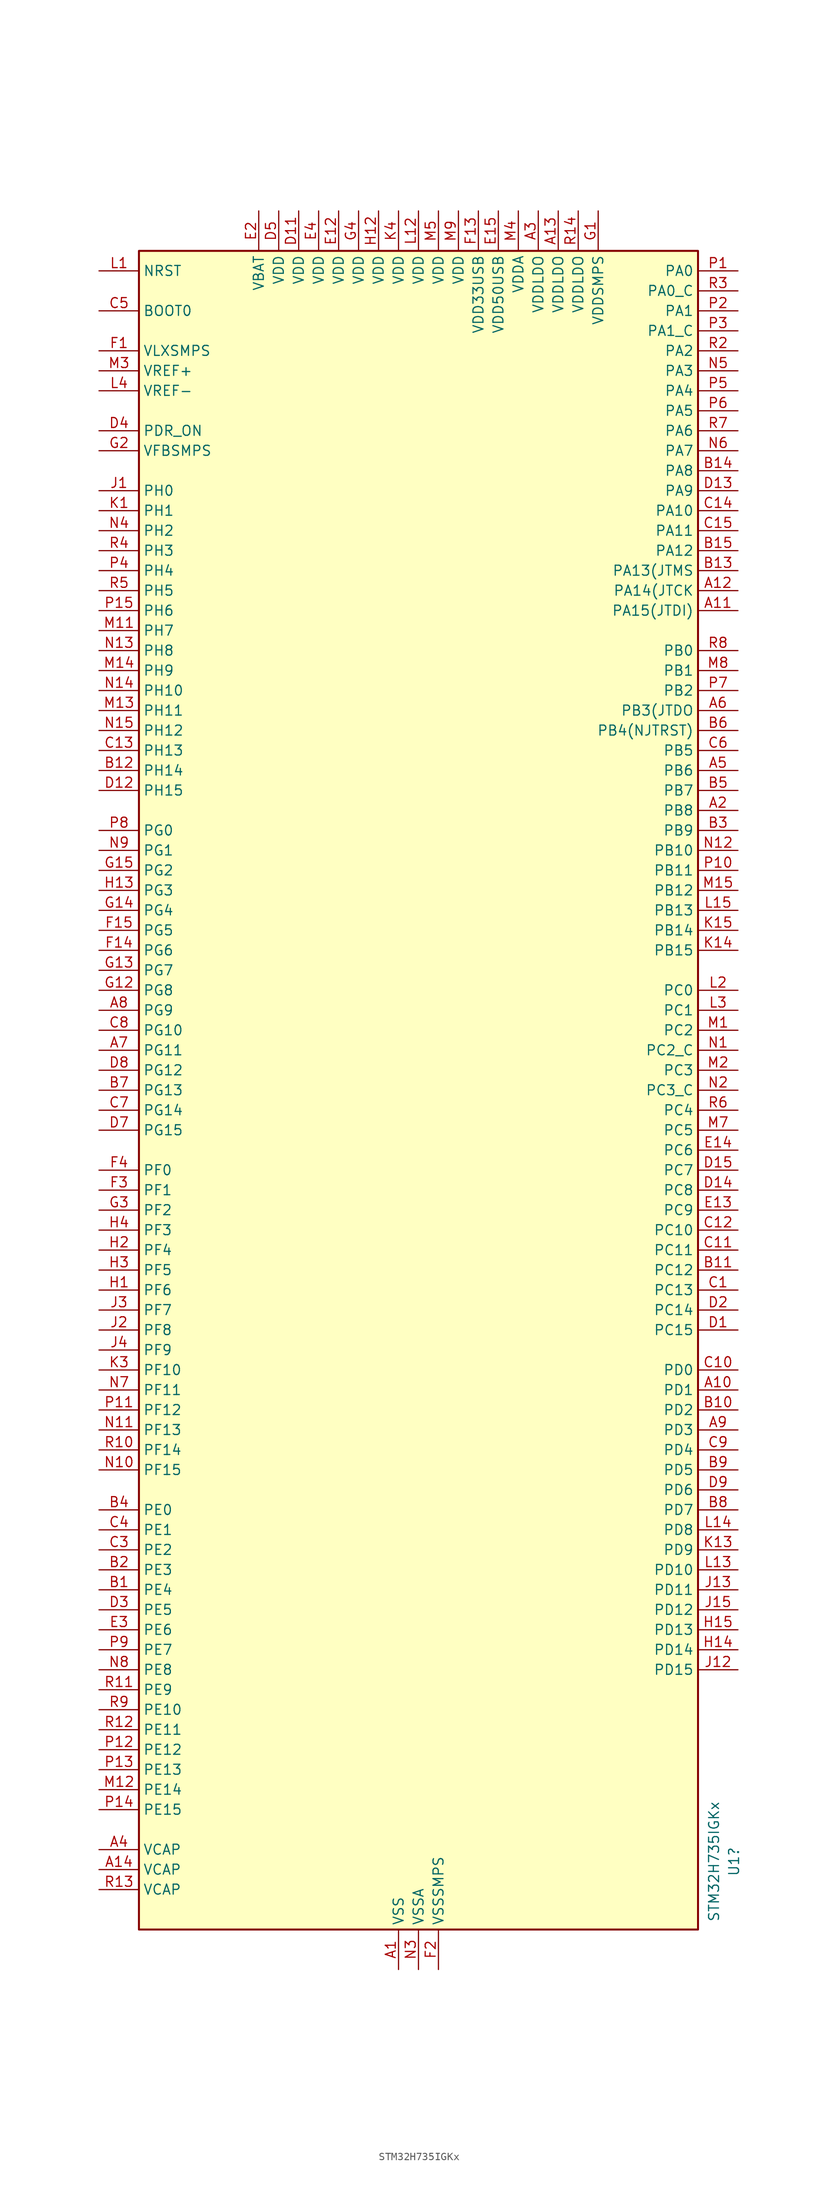
<source format=kicad_sym>
(kicad_symbol_lib
  (version 20231120)
  (generator "kicad_symbol_editor")
  (generator_version "8.0")
  (symbol "STM32H735IGKx"
    (property "Reference" "U1"
      (at 40.132 -98.044 90)
      (effects (font (size 1.27 1.27))))
    (property "Value" "STM32H735IGKx"
      (at 37.592 -98.044 90)
      (effects (font (size 1.27 1.27))))
    (symbol "STM32H735IGKx_0_1"
      (rectangle (start -35.56 -106.68) (end 35.56 106.68) (stroke (width 0.254) (type default)) (fill (type background))))
    (symbol "STM32H735IGKx_1_1"
      (pin power_in line (at -2.54 -111.76 90) (length 5.08) (name "VSS" (effects (font (size 1.27 1.27)))) (number "A1" (effects (font (size 1.27 1.27)))))
      (pin bidirectional line (at 40.64 -38.1 180) (length 5.08) (name "PD1" (effects (font (size 1.27 1.27)))) (number "A10" (effects (font (size 1.27 1.27)))) (alternate "DFSDM1_DATIN6" bidirectional line) (alternate "FDCAN1_TX" bidirectional line) (alternate "FMC_D3" bidirectional line) (alternate "FMC_DA3" bidirectional line) (alternate "UART4_TX" bidirectional line))
      (pin bidirectional line (at 40.64 60.96 180) (length 5.08) (name "PA15(JTDI)" (effects (font (size 1.27 1.27)))) (number "A11" (effects (font (size 1.27 1.27)))) (alternate "ADC1_EXTI15" bidirectional line) (alternate "ADC2_EXTI15" bidirectional line) (alternate "ADC3_EXTI15" bidirectional line) (alternate "CEC" bidirectional line) (alternate "DEBUG_JTDI" bidirectional line) (alternate "I2S1_WS" bidirectional line) (alternate "I2S3_WS" bidirectional line) (alternate "I2S6_WS" bidirectional line) (alternate "LTDC_B6" bidirectional line) (alternate "LTDC_R3" bidirectional line) (alternate "SPI1_NSS" bidirectional line) (alternate "SPI3_NSS" bidirectional line) (alternate "SPI6_NSS" bidirectional line) (alternate "TIM2_CH1" bidirectional line) (alternate "TIM2_ETR" bidirectional line) (alternate "UART4_DE" bidirectional line) (alternate "UART4_RTS" bidirectional line) (alternate "UART7_TX" bidirectional line))
      (pin bidirectional line (at 40.64 63.5 180) (length 5.08) (name "PA14(JTCK" (effects (font (size 1.27 1.27)))) (number "A12" (effects (font (size 1.27 1.27)))) (alternate "DEBUG_JTCK-SWCLK" bidirectional line))
      (pin power_in line (at 17.78 111.76 270) (length 5.08) (name "VDDLDO" (effects (font (size 1.27 1.27)))) (number "A13" (effects (font (size 1.27 1.27)))))
      (pin passive line (at -40.64 -99.06 0) (length 5.08) (name "VCAP" (effects (font (size 1.27 1.27)))) (number "A14" (effects (font (size 1.27 1.27)))))
      (pin passive line (at -2.54 -111.76 90) (length 5.08) hide (name "VSS" (effects (font (size 1.27 1.27)))) (number "A15" (effects (font (size 1.27 1.27)))))
      (pin bidirectional line (at 40.64 35.56 180) (length 5.08) (name "PB8" (effects (font (size 1.27 1.27)))) (number "A2" (effects (font (size 1.27 1.27)))) (alternate "DCMI_D6" bidirectional line) (alternate "DFSDM1_CKIN7" bidirectional line) (alternate "ETH_TXD3" bidirectional line) (alternate "FDCAN1_RX" bidirectional line) (alternate "I2C1_SCL" bidirectional line) (alternate "I2C4_SCL" bidirectional line) (alternate "LTDC_B6" bidirectional line) (alternate "PSSI_D6" bidirectional line) (alternate "SDMMC1_CKIN" bidirectional line) (alternate "SDMMC1_D4" bidirectional line) (alternate "SDMMC2_D4" bidirectional line) (alternate "TIM16_CH1" bidirectional line) (alternate "TIM4_CH3" bidirectional line) (alternate "UART4_RX" bidirectional line))
      (pin power_in line (at 15.24 111.76 270) (length 5.08) (name "VDDLDO" (effects (font (size 1.27 1.27)))) (number "A3" (effects (font (size 1.27 1.27)))))
      (pin passive line (at -40.64 -96.52 0) (length 5.08) (name "VCAP" (effects (font (size 1.27 1.27)))) (number "A4" (effects (font (size 1.27 1.27)))))
      (pin bidirectional line (at 40.64 40.64 180) (length 5.08) (name "PB6" (effects (font (size 1.27 1.27)))) (number "A5" (effects (font (size 1.27 1.27)))) (alternate "CEC" bidirectional line) (alternate "DCMI_D5" bidirectional line) (alternate "DFSDM1_DATIN5" bidirectional line) (alternate "FDCAN2_TX" bidirectional line) (alternate "FMC_SDNE1" bidirectional line) (alternate "I2C1_SCL" bidirectional line) (alternate "I2C4_SCL" bidirectional line) (alternate "LPUART1_TX" bidirectional line) (alternate "OCTOSPIM_P1_NCS" bidirectional line) (alternate "PSSI_D5" bidirectional line) (alternate "TIM16_CH1N" bidirectional line) (alternate "TIM4_CH1" bidirectional line) (alternate "UART5_TX" bidirectional line) (alternate "USART1_TX" bidirectional line))
      (pin bidirectional line (at 40.64 48.26 180) (length 5.08) (name "PB3(JTDO" (effects (font (size 1.27 1.27)))) (number "A6" (effects (font (size 1.27 1.27)))) (alternate "CRS_SYNC" bidirectional line) (alternate "DEBUG_JTDO-SWO" bidirectional line) (alternate "I2S1_CK" bidirectional line) (alternate "I2S3_CK" bidirectional line) (alternate "I2S6_CK" bidirectional line) (alternate "SDMMC2_D2" bidirectional line) (alternate "SPI1_SCK" bidirectional line) (alternate "SPI3_SCK" bidirectional line) (alternate "SPI6_SCK" bidirectional line) (alternate "TIM24_ETR" bidirectional line) (alternate "TIM2_CH2" bidirectional line) (alternate "UART7_RX" bidirectional line))
      (pin bidirectional line (at -40.64 5.08 0) (length 5.08) (name "PG11" (effects (font (size 1.27 1.27)))) (number "A7" (effects (font (size 1.27 1.27)))) (alternate "ADC1_EXTI11" bidirectional line) (alternate "ADC2_EXTI11" bidirectional line) (alternate "ADC3_EXTI11" bidirectional line) (alternate "DCMI_D3" bidirectional line) (alternate "ETH_TX_EN" bidirectional line) (alternate "I2S1_CK" bidirectional line) (alternate "LPTIM1_IN2" bidirectional line) (alternate "LTDC_B3" bidirectional line) (alternate "OCTOSPIM_P2_IO7" bidirectional line) (alternate "PSSI_D3" bidirectional line) (alternate "SDMMC2_D2" bidirectional line) (alternate "SPDIFRX1_IN0" bidirectional line) (alternate "SPI1_SCK" bidirectional line) (alternate "USART10_RX" bidirectional line))
      (pin bidirectional line (at -40.64 10.16 0) (length 5.08) (name "PG9" (effects (font (size 1.27 1.27)))) (number "A8" (effects (font (size 1.27 1.27)))) (alternate "DAC1_EXTI9" bidirectional line) (alternate "DCMI_VSYNC" bidirectional line) (alternate "FDCAN3_TX" bidirectional line) (alternate "FMC_NCE" bidirectional line) (alternate "FMC_NE2" bidirectional line) (alternate "I2S1_SDI" bidirectional line) (alternate "OCTOSPIM_P1_IO6" bidirectional line) (alternate "PSSI_RDY" bidirectional line) (alternate "SAI4_FS_B" bidirectional line) (alternate "SDMMC2_D0" bidirectional line) (alternate "SPDIFRX1_IN3" bidirectional line) (alternate "SPI1_MISO" bidirectional line) (alternate "USART6_RX" bidirectional line))
      (pin bidirectional line (at 40.64 -43.18 180) (length 5.08) (name "PD3" (effects (font (size 1.27 1.27)))) (number "A9" (effects (font (size 1.27 1.27)))) (alternate "DCMI_D5" bidirectional line) (alternate "DFSDM1_CKOUT" bidirectional line) (alternate "FMC_CLK" bidirectional line) (alternate "I2S2_CK" bidirectional line) (alternate "LTDC_G7" bidirectional line) (alternate "PSSI_D5" bidirectional line) (alternate "SPI2_SCK" bidirectional line) (alternate "USART2_CTS" bidirectional line) (alternate "USART2_NSS" bidirectional line))
      (pin bidirectional line (at -40.64 -63.5 0) (length 5.08) (name "PE4" (effects (font (size 1.27 1.27)))) (number "B1" (effects (font (size 1.27 1.27)))) (alternate "DCMI_D4" bidirectional line) (alternate "DEBUG_TRACED1" bidirectional line) (alternate "DFSDM1_DATIN3" bidirectional line) (alternate "FMC_A20" bidirectional line) (alternate "LTDC_B0" bidirectional line) (alternate "PSSI_D4" bidirectional line) (alternate "SAI1_D2" bidirectional line) (alternate "SAI1_FS_A" bidirectional line) (alternate "SAI4_D2" bidirectional line) (alternate "SAI4_FS_A" bidirectional line) (alternate "SPI4_NSS" bidirectional line) (alternate "TIM15_CH1N" bidirectional line))
      (pin bidirectional line (at 40.64 -40.64 180) (length 5.08) (name "PD2" (effects (font (size 1.27 1.27)))) (number "B10" (effects (font (size 1.27 1.27)))) (alternate "DCMI_D11" bidirectional line) (alternate "DEBUG_TRACED2" bidirectional line) (alternate "FMC_D7" bidirectional line) (alternate "FMC_DA7" bidirectional line) (alternate "LTDC_B2" bidirectional line) (alternate "LTDC_B7" bidirectional line) (alternate "PSSI_D11" bidirectional line) (alternate "SDMMC1_CMD" bidirectional line) (alternate "TIM15_BKIN" bidirectional line) (alternate "TIM3_ETR" bidirectional line) (alternate "UART5_RX" bidirectional line))
      (pin bidirectional line (at 40.64 -22.86 180) (length 5.08) (name "PC12" (effects (font (size 1.27 1.27)))) (number "B11" (effects (font (size 1.27 1.27)))) (alternate "DCMI_D9" bidirectional line) (alternate "DEBUG_TRACED3" bidirectional line) (alternate "FMC_D6" bidirectional line) (alternate "FMC_DA6" bidirectional line) (alternate "I2C5_SMBA" bidirectional line) (alternate "I2S3_SDO" bidirectional line) (alternate "I2S6_CK" bidirectional line) (alternate "LTDC_R6" bidirectional line) (alternate "PSSI_D9" bidirectional line) (alternate "SDMMC1_CK" bidirectional line) (alternate "SPI3_MOSI" bidirectional line) (alternate "SPI6_SCK" bidirectional line) (alternate "TIM15_CH1" bidirectional line) (alternate "UART5_TX" bidirectional line) (alternate "USART3_CK" bidirectional line))
      (pin bidirectional line (at -40.64 40.64 0) (length 5.08) (name "PH14" (effects (font (size 1.27 1.27)))) (number "B12" (effects (font (size 1.27 1.27)))) (alternate "DCMI_D4" bidirectional line) (alternate "FDCAN1_RX" bidirectional line) (alternate "FMC_D22" bidirectional line) (alternate "LTDC_G3" bidirectional line) (alternate "PSSI_D4" bidirectional line) (alternate "TIM8_CH2N" bidirectional line) (alternate "UART4_RX" bidirectional line))
      (pin bidirectional line (at 40.64 66.04 180) (length 5.08) (name "PA13(JTMS" (effects (font (size 1.27 1.27)))) (number "B13" (effects (font (size 1.27 1.27)))) (alternate "DEBUG_JTMS-SWDIO" bidirectional line))
      (pin bidirectional line (at 40.64 78.74 180) (length 5.08) (name "PA8" (effects (font (size 1.27 1.27)))) (number "B14" (effects (font (size 1.27 1.27)))) (alternate "I2C3_SCL" bidirectional line) (alternate "I2C5_SCL" bidirectional line) (alternate "LTDC_B3" bidirectional line) (alternate "LTDC_R6" bidirectional line) (alternate "RCC_MCO_1" bidirectional line) (alternate "TIM1_CH1" bidirectional line) (alternate "TIM8_BKIN2" bidirectional line) (alternate "TIM8_BKIN2_COMP1" bidirectional line) (alternate "TIM8_BKIN2_COMP2" bidirectional line) (alternate "UART7_RX" bidirectional line) (alternate "USART1_CK" bidirectional line) (alternate "USB_OTG_HS_SOF" bidirectional line))
      (pin bidirectional line (at 40.64 68.58 180) (length 5.08) (name "PA12" (effects (font (size 1.27 1.27)))) (number "B15" (effects (font (size 1.27 1.27)))) (alternate "FDCAN1_TX" bidirectional line) (alternate "I2S2_CK" bidirectional line) (alternate "LPUART1_DE" bidirectional line) (alternate "LPUART1_RTS" bidirectional line) (alternate "LTDC_R5" bidirectional line) (alternate "SAI4_FS_B" bidirectional line) (alternate "SPI2_SCK" bidirectional line) (alternate "TIM1_BKIN2" bidirectional line) (alternate "TIM1_ETR" bidirectional line) (alternate "UART4_TX" bidirectional line) (alternate "USART1_DE" bidirectional line) (alternate "USART1_RTS" bidirectional line) (alternate "USB_OTG_HS_DP" bidirectional line))
      (pin bidirectional line (at -40.64 -60.96 0) (length 5.08) (name "PE3" (effects (font (size 1.27 1.27)))) (number "B2" (effects (font (size 1.27 1.27)))) (alternate "DEBUG_TRACED0" bidirectional line) (alternate "FMC_A19" bidirectional line) (alternate "SAI1_SD_B" bidirectional line) (alternate "SAI4_SD_B" bidirectional line) (alternate "TIM15_BKIN" bidirectional line) (alternate "USART10_TX" bidirectional line))
      (pin bidirectional line (at 40.64 33.02 180) (length 5.08) (name "PB9" (effects (font (size 1.27 1.27)))) (number "B3" (effects (font (size 1.27 1.27)))) (alternate "DAC1_EXTI9" bidirectional line) (alternate "DCMI_D7" bidirectional line) (alternate "DFSDM1_DATIN7" bidirectional line) (alternate "FDCAN1_TX" bidirectional line) (alternate "I2C1_SDA" bidirectional line) (alternate "I2C4_SDA" bidirectional line) (alternate "I2C4_SMBA" bidirectional line) (alternate "I2S2_WS" bidirectional line) (alternate "LTDC_B7" bidirectional line) (alternate "PSSI_D7" bidirectional line) (alternate "SDMMC1_CDIR" bidirectional line) (alternate "SDMMC1_D5" bidirectional line) (alternate "SDMMC2_D5" bidirectional line) (alternate "SPI2_NSS" bidirectional line) (alternate "TIM17_CH1" bidirectional line) (alternate "TIM4_CH4" bidirectional line) (alternate "UART4_TX" bidirectional line))
      (pin bidirectional line (at -40.64 -53.34 0) (length 5.08) (name "PE0" (effects (font (size 1.27 1.27)))) (number "B4" (effects (font (size 1.27 1.27)))) (alternate "DCMI_D2" bidirectional line) (alternate "FMC_NBL0" bidirectional line) (alternate "LPTIM1_ETR" bidirectional line) (alternate "LPTIM2_ETR" bidirectional line) (alternate "LTDC_R0" bidirectional line) (alternate "PSSI_D2" bidirectional line) (alternate "SAI4_MCLK_A" bidirectional line) (alternate "TIM4_ETR" bidirectional line) (alternate "UART8_RX" bidirectional line))
      (pin bidirectional line (at 40.64 38.1 180) (length 5.08) (name "PB7" (effects (font (size 1.27 1.27)))) (number "B5" (effects (font (size 1.27 1.27)))) (alternate "DCMI_VSYNC" bidirectional line) (alternate "DFSDM1_CKIN5" bidirectional line) (alternate "FMC_NL" bidirectional line) (alternate "I2C1_SDA" bidirectional line) (alternate "I2C4_SDA" bidirectional line) (alternate "LPUART1_RX" bidirectional line) (alternate "PSSI_RDY" bidirectional line) (alternate "PWR_PVD_IN" bidirectional line) (alternate "TIM17_CH1N" bidirectional line) (alternate "TIM4_CH2" bidirectional line) (alternate "USART1_RX" bidirectional line))
      (pin bidirectional line (at 40.64 45.72 180) (length 5.08) (name "PB4(NJTRST)" (effects (font (size 1.27 1.27)))) (number "B6" (effects (font (size 1.27 1.27)))) (alternate "DEBUG_JTRST" bidirectional line) (alternate "I2S1_SDI" bidirectional line) (alternate "I2S2_WS" bidirectional line) (alternate "I2S3_SDI" bidirectional line) (alternate "I2S6_SDI" bidirectional line) (alternate "SDMMC2_D3" bidirectional line) (alternate "SPI1_MISO" bidirectional line) (alternate "SPI2_NSS" bidirectional line) (alternate "SPI3_MISO" bidirectional line) (alternate "SPI6_MISO" bidirectional line) (alternate "TIM16_BKIN" bidirectional line) (alternate "TIM3_CH1" bidirectional line) (alternate "UART7_TX" bidirectional line))
      (pin bidirectional line (at -40.64 0 0) (length 5.08) (name "PG13" (effects (font (size 1.27 1.27)))) (number "B7" (effects (font (size 1.27 1.27)))) (alternate "DEBUG_TRACED0" bidirectional line) (alternate "ETH_TXD0" bidirectional line) (alternate "FMC_A24" bidirectional line) (alternate "I2S6_CK" bidirectional line) (alternate "LPTIM1_OUT" bidirectional line) (alternate "LTDC_R0" bidirectional line) (alternate "SDMMC2_D6" bidirectional line) (alternate "SPI6_SCK" bidirectional line) (alternate "TIM23_CH2" bidirectional line) (alternate "USART10_CTS" bidirectional line) (alternate "USART10_NSS" bidirectional line) (alternate "USART6_CTS" bidirectional line) (alternate "USART6_NSS" bidirectional line))
      (pin bidirectional line (at 40.64 -53.34 180) (length 5.08) (name "PD7" (effects (font (size 1.27 1.27)))) (number "B8" (effects (font (size 1.27 1.27)))) (alternate "DFSDM1_CKIN1" bidirectional line) (alternate "DFSDM1_DATIN4" bidirectional line) (alternate "FMC_NE1" bidirectional line) (alternate "I2S1_SDO" bidirectional line) (alternate "OCTOSPIM_P1_IO7" bidirectional line) (alternate "SDMMC2_CMD" bidirectional line) (alternate "SPDIFRX1_IN0" bidirectional line) (alternate "SPI1_MOSI" bidirectional line) (alternate "USART2_CK" bidirectional line))
      (pin bidirectional line (at 40.64 -48.26 180) (length 5.08) (name "PD5" (effects (font (size 1.27 1.27)))) (number "B9" (effects (font (size 1.27 1.27)))) (alternate "FMC_NWE" bidirectional line) (alternate "OCTOSPIM_P1_IO5" bidirectional line) (alternate "USART2_TX" bidirectional line))
      (pin bidirectional line (at 40.64 -25.4 180) (length 5.08) (name "PC13" (effects (font (size 1.27 1.27)))) (number "C1" (effects (font (size 1.27 1.27)))) (alternate "PWR_WKUP4" bidirectional line) (alternate "RTC_OUT_ALARM" bidirectional line) (alternate "RTC_OUT_CALIB" bidirectional line) (alternate "RTC_TAMP1" bidirectional line) (alternate "RTC_TS" bidirectional line))
      (pin bidirectional line (at 40.64 -35.56 180) (length 5.08) (name "PD0" (effects (font (size 1.27 1.27)))) (number "C10" (effects (font (size 1.27 1.27)))) (alternate "DFSDM1_CKIN6" bidirectional line) (alternate "FDCAN1_RX" bidirectional line) (alternate "FMC_D2" bidirectional line) (alternate "FMC_DA2" bidirectional line) (alternate "LTDC_B1" bidirectional line) (alternate "UART4_RX" bidirectional line) (alternate "UART9_CTS" bidirectional line))
      (pin bidirectional line (at 40.64 -20.32 180) (length 5.08) (name "PC11" (effects (font (size 1.27 1.27)))) (number "C11" (effects (font (size 1.27 1.27)))) (alternate "ADC1_EXTI11" bidirectional line) (alternate "ADC2_EXTI11" bidirectional line) (alternate "ADC3_EXTI11" bidirectional line) (alternate "DCMI_D4" bidirectional line) (alternate "DFSDM1_DATIN5" bidirectional line) (alternate "I2C5_SCL" bidirectional line) (alternate "I2S3_SDI" bidirectional line) (alternate "LTDC_B4" bidirectional line) (alternate "OCTOSPIM_P1_NCS" bidirectional line) (alternate "PSSI_D4" bidirectional line) (alternate "SDMMC1_D3" bidirectional line) (alternate "SPI3_MISO" bidirectional line) (alternate "UART4_RX" bidirectional line) (alternate "USART3_RX" bidirectional line))
      (pin bidirectional line (at 40.64 -17.78 180) (length 5.08) (name "PC10" (effects (font (size 1.27 1.27)))) (number "C12" (effects (font (size 1.27 1.27)))) (alternate "DCMI_D8" bidirectional line) (alternate "DFSDM1_CKIN5" bidirectional line) (alternate "I2C5_SDA" bidirectional line) (alternate "I2S3_CK" bidirectional line) (alternate "LTDC_B1" bidirectional line) (alternate "LTDC_R2" bidirectional line) (alternate "OCTOSPIM_P1_IO1" bidirectional line) (alternate "PSSI_D8" bidirectional line) (alternate "SDMMC1_D2" bidirectional line) (alternate "SPI3_SCK" bidirectional line) (alternate "SWPMI1_RX" bidirectional line) (alternate "UART4_TX" bidirectional line) (alternate "USART3_TX" bidirectional line))
      (pin bidirectional line (at -40.64 43.18 0) (length 5.08) (name "PH13" (effects (font (size 1.27 1.27)))) (number "C13" (effects (font (size 1.27 1.27)))) (alternate "FDCAN1_TX" bidirectional line) (alternate "FMC_D21" bidirectional line) (alternate "LTDC_G2" bidirectional line) (alternate "TIM8_CH1N" bidirectional line) (alternate "UART4_TX" bidirectional line))
      (pin bidirectional line (at 40.64 73.66 180) (length 5.08) (name "PA10" (effects (font (size 1.27 1.27)))) (number "C14" (effects (font (size 1.27 1.27)))) (alternate "DCMI_D1" bidirectional line) (alternate "LPUART1_RX" bidirectional line) (alternate "LTDC_B1" bidirectional line) (alternate "LTDC_B4" bidirectional line) (alternate "MDIOS_MDIO" bidirectional line) (alternate "PSSI_D1" bidirectional line) (alternate "TIM1_CH3" bidirectional line) (alternate "USART1_RX" bidirectional line) (alternate "USB_OTG_HS_ID" bidirectional line))
      (pin bidirectional line (at 40.64 71.12 180) (length 5.08) (name "PA11" (effects (font (size 1.27 1.27)))) (number "C15" (effects (font (size 1.27 1.27)))) (alternate "ADC1_EXTI11" bidirectional line) (alternate "ADC2_EXTI11" bidirectional line) (alternate "ADC3_EXTI11" bidirectional line) (alternate "FDCAN1_RX" bidirectional line) (alternate "I2S2_WS" bidirectional line) (alternate "LPUART1_CTS" bidirectional line) (alternate "LTDC_R4" bidirectional line) (alternate "SPI2_NSS" bidirectional line) (alternate "TIM1_CH4" bidirectional line) (alternate "UART4_RX" bidirectional line) (alternate "USART1_CTS" bidirectional line) (alternate "USART1_NSS" bidirectional line) (alternate "USB_OTG_HS_DM" bidirectional line))
      (pin passive line (at -2.54 -111.76 90) (length 5.08) hide (name "VSS" (effects (font (size 1.27 1.27)))) (number "C2" (effects (font (size 1.27 1.27)))))
      (pin bidirectional line (at -40.64 -58.42 0) (length 5.08) (name "PE2" (effects (font (size 1.27 1.27)))) (number "C3" (effects (font (size 1.27 1.27)))) (alternate "DEBUG_TRACECLK" bidirectional line) (alternate "ETH_TXD3" bidirectional line) (alternate "FMC_A23" bidirectional line) (alternate "OCTOSPIM_P1_IO2" bidirectional line) (alternate "SAI1_CK1" bidirectional line) (alternate "SAI1_MCLK_A" bidirectional line) (alternate "SAI4_CK1" bidirectional line) (alternate "SAI4_MCLK_A" bidirectional line) (alternate "SPI4_SCK" bidirectional line) (alternate "USART10_RX" bidirectional line))
      (pin bidirectional line (at -40.64 -55.88 0) (length 5.08) (name "PE1" (effects (font (size 1.27 1.27)))) (number "C4" (effects (font (size 1.27 1.27)))) (alternate "DCMI_D3" bidirectional line) (alternate "FMC_NBL1" bidirectional line) (alternate "LPTIM1_IN2" bidirectional line) (alternate "LTDC_R6" bidirectional line) (alternate "PSSI_D3" bidirectional line) (alternate "UART8_TX" bidirectional line))
      (pin input line (at -40.64 99.06 0) (length 5.08) (name "BOOT0" (effects (font (size 1.27 1.27)))) (number "C5" (effects (font (size 1.27 1.27)))))
      (pin bidirectional line (at 40.64 43.18 180) (length 5.08) (name "PB5" (effects (font (size 1.27 1.27)))) (number "C6" (effects (font (size 1.27 1.27)))) (alternate "DCMI_D10" bidirectional line) (alternate "ETH_PPS_OUT" bidirectional line) (alternate "FDCAN2_RX" bidirectional line) (alternate "FMC_SDCKE1" bidirectional line) (alternate "I2C1_SMBA" bidirectional line) (alternate "I2C4_SMBA" bidirectional line) (alternate "I2S1_SDO" bidirectional line) (alternate "I2S3_SDO" bidirectional line) (alternate "I2S6_SDO" bidirectional line) (alternate "LTDC_B5" bidirectional line) (alternate "PSSI_D10" bidirectional line) (alternate "SPI1_MOSI" bidirectional line) (alternate "SPI3_MOSI" bidirectional line) (alternate "SPI6_MOSI" bidirectional line) (alternate "TIM17_BKIN" bidirectional line) (alternate "TIM3_CH2" bidirectional line) (alternate "UART5_RX" bidirectional line) (alternate "USB_OTG_HS_ULPI_D7" bidirectional line))
      (pin bidirectional line (at -40.64 -2.54 0) (length 5.08) (name "PG14" (effects (font (size 1.27 1.27)))) (number "C7" (effects (font (size 1.27 1.27)))) (alternate "DEBUG_TRACED1" bidirectional line) (alternate "ETH_TXD1" bidirectional line) (alternate "FMC_A25" bidirectional line) (alternate "I2S6_SDO" bidirectional line) (alternate "LPTIM1_ETR" bidirectional line) (alternate "LTDC_B0" bidirectional line) (alternate "OCTOSPIM_P1_IO7" bidirectional line) (alternate "SDMMC2_D7" bidirectional line) (alternate "SPI6_MOSI" bidirectional line) (alternate "TIM23_CH3" bidirectional line) (alternate "USART10_DE" bidirectional line) (alternate "USART10_RTS" bidirectional line) (alternate "USART6_TX" bidirectional line))
      (pin bidirectional line (at -40.64 7.62 0) (length 5.08) (name "PG10" (effects (font (size 1.27 1.27)))) (number "C8" (effects (font (size 1.27 1.27)))) (alternate "DCMI_D2" bidirectional line) (alternate "FDCAN3_RX" bidirectional line) (alternate "FMC_NE3" bidirectional line) (alternate "I2S1_WS" bidirectional line) (alternate "LTDC_B2" bidirectional line) (alternate "LTDC_G3" bidirectional line) (alternate "OCTOSPIM_P2_IO6" bidirectional line) (alternate "PSSI_D2" bidirectional line) (alternate "SAI4_SD_B" bidirectional line) (alternate "SDMMC2_D1" bidirectional line) (alternate "SPI1_NSS" bidirectional line))
      (pin bidirectional line (at 40.64 -45.72 180) (length 5.08) (name "PD4" (effects (font (size 1.27 1.27)))) (number "C9" (effects (font (size 1.27 1.27)))) (alternate "FMC_NOE" bidirectional line) (alternate "OCTOSPIM_P1_IO4" bidirectional line) (alternate "USART2_DE" bidirectional line) (alternate "USART2_RTS" bidirectional line))
      (pin bidirectional line (at 40.64 -30.48 180) (length 5.08) (name "PC15" (effects (font (size 1.27 1.27)))) (number "D1" (effects (font (size 1.27 1.27)))) (alternate "ADC1_EXTI15" bidirectional line) (alternate "ADC2_EXTI15" bidirectional line) (alternate "ADC3_EXTI15" bidirectional line) (alternate "RCC_OSC32_OUT" bidirectional line))
      (pin passive line (at -2.54 -111.76 90) (length 5.08) hide (name "VSS" (effects (font (size 1.27 1.27)))) (number "D10" (effects (font (size 1.27 1.27)))))
      (pin power_in line (at -15.24 111.76 270) (length 5.08) (name "VDD" (effects (font (size 1.27 1.27)))) (number "D11" (effects (font (size 1.27 1.27)))))
      (pin bidirectional line (at -40.64 38.1 0) (length 5.08) (name "PH15" (effects (font (size 1.27 1.27)))) (number "D12" (effects (font (size 1.27 1.27)))) (alternate "ADC1_EXTI15" bidirectional line) (alternate "ADC2_EXTI15" bidirectional line) (alternate "ADC3_EXTI15" bidirectional line) (alternate "DCMI_D11" bidirectional line) (alternate "FMC_D23" bidirectional line) (alternate "LTDC_G4" bidirectional line) (alternate "PSSI_D11" bidirectional line) (alternate "TIM8_CH3N" bidirectional line))
      (pin bidirectional line (at 40.64 76.2 180) (length 5.08) (name "PA9" (effects (font (size 1.27 1.27)))) (number "D13" (effects (font (size 1.27 1.27)))) (alternate "DAC1_EXTI9" bidirectional line) (alternate "DCMI_D0" bidirectional line) (alternate "ETH_TX_ER" bidirectional line) (alternate "I2C3_SMBA" bidirectional line) (alternate "I2C5_SMBA" bidirectional line) (alternate "I2S2_CK" bidirectional line) (alternate "LPUART1_TX" bidirectional line) (alternate "LTDC_R5" bidirectional line) (alternate "PSSI_D0" bidirectional line) (alternate "SPI2_SCK" bidirectional line) (alternate "TIM1_CH2" bidirectional line) (alternate "USART1_TX" bidirectional line) (alternate "USB_OTG_HS_VBUS" bidirectional line))
      (pin bidirectional line (at 40.64 -12.7 180) (length 5.08) (name "PC8" (effects (font (size 1.27 1.27)))) (number "D14" (effects (font (size 1.27 1.27)))) (alternate "DCMI_D2" bidirectional line) (alternate "DEBUG_TRACED1" bidirectional line) (alternate "FMC_INT" bidirectional line) (alternate "FMC_NCE" bidirectional line) (alternate "FMC_NE2" bidirectional line) (alternate "PSSI_D2" bidirectional line) (alternate "SDMMC1_D0" bidirectional line) (alternate "SWPMI1_RX" bidirectional line) (alternate "TIM3_CH3" bidirectional line) (alternate "TIM8_CH3" bidirectional line) (alternate "UART5_DE" bidirectional line) (alternate "UART5_RTS" bidirectional line) (alternate "USART6_CK" bidirectional line))
      (pin bidirectional line (at 40.64 -10.16 180) (length 5.08) (name "PC7" (effects (font (size 1.27 1.27)))) (number "D15" (effects (font (size 1.27 1.27)))) (alternate "DCMI_D1" bidirectional line) (alternate "DEBUG_TRGIO" bidirectional line) (alternate "DFSDM1_DATIN3" bidirectional line) (alternate "FMC_NE1" bidirectional line) (alternate "I2S3_MCK" bidirectional line) (alternate "LTDC_G6" bidirectional line) (alternate "PSSI_D1" bidirectional line) (alternate "SDMMC1_D123DIR" bidirectional line) (alternate "SDMMC1_D7" bidirectional line) (alternate "SDMMC2_D7" bidirectional line) (alternate "SWPMI1_TX" bidirectional line) (alternate "TIM3_CH2" bidirectional line) (alternate "TIM8_CH2" bidirectional line) (alternate "USART6_RX" bidirectional line))
      (pin bidirectional line (at 40.64 -27.94 180) (length 5.08) (name "PC14" (effects (font (size 1.27 1.27)))) (number "D2" (effects (font (size 1.27 1.27)))) (alternate "RCC_OSC32_IN" bidirectional line))
      (pin bidirectional line (at -40.64 -66.04 0) (length 5.08) (name "PE5" (effects (font (size 1.27 1.27)))) (number "D3" (effects (font (size 1.27 1.27)))) (alternate "DCMI_D6" bidirectional line) (alternate "DEBUG_TRACED2" bidirectional line) (alternate "DFSDM1_CKIN3" bidirectional line) (alternate "FMC_A21" bidirectional line) (alternate "LTDC_G0" bidirectional line) (alternate "PSSI_D6" bidirectional line) (alternate "SAI1_CK2" bidirectional line) (alternate "SAI1_SCK_A" bidirectional line) (alternate "SAI4_CK2" bidirectional line) (alternate "SAI4_SCK_A" bidirectional line) (alternate "SPI4_MISO" bidirectional line) (alternate "TIM15_CH1" bidirectional line))
      (pin input line (at -40.64 83.82 0) (length 5.08) (name "PDR_ON" (effects (font (size 1.27 1.27)))) (number "D4" (effects (font (size 1.27 1.27)))))
      (pin power_in line (at -17.78 111.76 270) (length 5.08) (name "VDD" (effects (font (size 1.27 1.27)))) (number "D5" (effects (font (size 1.27 1.27)))))
      (pin passive line (at -2.54 -111.76 90) (length 5.08) hide (name "VSS" (effects (font (size 1.27 1.27)))) (number "D6" (effects (font (size 1.27 1.27)))))
      (pin bidirectional line (at -40.64 -5.08 0) (length 5.08) (name "PG15" (effects (font (size 1.27 1.27)))) (number "D7" (effects (font (size 1.27 1.27)))) (alternate "ADC1_EXTI15" bidirectional line) (alternate "ADC2_EXTI15" bidirectional line) (alternate "ADC3_EXTI15" bidirectional line) (alternate "DCMI_D13" bidirectional line) (alternate "FMC_SDNCAS" bidirectional line) (alternate "OCTOSPIM_P2_DQS" bidirectional line) (alternate "PSSI_D13" bidirectional line) (alternate "USART10_CK" bidirectional line) (alternate "USART6_CTS" bidirectional line) (alternate "USART6_NSS" bidirectional line))
      (pin bidirectional line (at -40.64 2.54 0) (length 5.08) (name "PG12" (effects (font (size 1.27 1.27)))) (number "D8" (effects (font (size 1.27 1.27)))) (alternate "ETH_TXD1" bidirectional line) (alternate "FMC_NE4" bidirectional line) (alternate "I2S6_SDI" bidirectional line) (alternate "LPTIM1_IN1" bidirectional line) (alternate "LTDC_B1" bidirectional line) (alternate "LTDC_B4" bidirectional line) (alternate "OCTOSPIM_P2_NCS" bidirectional line) (alternate "SDMMC2_D3" bidirectional line) (alternate "SPDIFRX1_IN1" bidirectional line) (alternate "SPI6_MISO" bidirectional line) (alternate "TIM23_CH1" bidirectional line) (alternate "USART10_TX" bidirectional line) (alternate "USART6_DE" bidirectional line) (alternate "USART6_RTS" bidirectional line))
      (pin bidirectional line (at 40.64 -50.8 180) (length 5.08) (name "PD6" (effects (font (size 1.27 1.27)))) (number "D9" (effects (font (size 1.27 1.27)))) (alternate "DCMI_D10" bidirectional line) (alternate "DFSDM1_CKIN4" bidirectional line) (alternate "DFSDM1_DATIN1" bidirectional line) (alternate "FMC_NWAIT" bidirectional line) (alternate "I2S3_SDO" bidirectional line) (alternate "LTDC_B2" bidirectional line) (alternate "OCTOSPIM_P1_IO6" bidirectional line) (alternate "PSSI_D10" bidirectional line) (alternate "SAI1_D1" bidirectional line) (alternate "SAI1_SD_A" bidirectional line) (alternate "SAI4_D1" bidirectional line) (alternate "SAI4_SD_A" bidirectional line) (alternate "SDMMC2_CK" bidirectional line) (alternate "SPI3_MOSI" bidirectional line) (alternate "USART2_RX" bidirectional line))
      (pin passive line (at -2.54 -111.76 90) (length 5.08) hide (name "VSS" (effects (font (size 1.27 1.27)))) (number "E1" (effects (font (size 1.27 1.27)))))
      (pin power_in line (at -10.16 111.76 270) (length 5.08) (name "VDD" (effects (font (size 1.27 1.27)))) (number "E12" (effects (font (size 1.27 1.27)))))
      (pin bidirectional line (at 40.64 -15.24 180) (length 5.08) (name "PC9" (effects (font (size 1.27 1.27)))) (number "E13" (effects (font (size 1.27 1.27)))) (alternate "DAC1_EXTI9" bidirectional line) (alternate "DCMI_D3" bidirectional line) (alternate "I2C3_SDA" bidirectional line) (alternate "I2C5_SDA" bidirectional line) (alternate "I2S_CKIN" bidirectional line) (alternate "LTDC_B2" bidirectional line) (alternate "LTDC_G3" bidirectional line) (alternate "OCTOSPIM_P1_IO0" bidirectional line) (alternate "PSSI_D3" bidirectional line) (alternate "RCC_MCO_2" bidirectional line) (alternate "SDMMC1_D1" bidirectional line) (alternate "SWPMI1_SUSPEND" bidirectional line) (alternate "TIM3_CH4" bidirectional line) (alternate "TIM8_CH4" bidirectional line) (alternate "UART5_CTS" bidirectional line))
      (pin bidirectional line (at 40.64 -7.62 180) (length 5.08) (name "PC6" (effects (font (size 1.27 1.27)))) (number "E14" (effects (font (size 1.27 1.27)))) (alternate "DCMI_D0" bidirectional line) (alternate "DFSDM1_CKIN3" bidirectional line) (alternate "FMC_NWAIT" bidirectional line) (alternate "I2S2_MCK" bidirectional line) (alternate "LTDC_HSYNC" bidirectional line) (alternate "PSSI_D0" bidirectional line) (alternate "SDMMC1_D0DIR" bidirectional line) (alternate "SDMMC1_D6" bidirectional line) (alternate "SDMMC2_D6" bidirectional line) (alternate "SWPMI1_IO" bidirectional line) (alternate "TIM3_CH1" bidirectional line) (alternate "TIM8_CH1" bidirectional line) (alternate "USART6_TX" bidirectional line))
      (pin power_in line (at 10.16 111.76 270) (length 5.08) (name "VDD50USB" (effects (font (size 1.27 1.27)))) (number "E15" (effects (font (size 1.27 1.27)))))
      (pin power_in line (at -20.32 111.76 270) (length 5.08) (name "VBAT" (effects (font (size 1.27 1.27)))) (number "E2" (effects (font (size 1.27 1.27)))))
      (pin bidirectional line (at -40.64 -68.58 0) (length 5.08) (name "PE6" (effects (font (size 1.27 1.27)))) (number "E3" (effects (font (size 1.27 1.27)))) (alternate "DCMI_D7" bidirectional line) (alternate "DEBUG_TRACED3" bidirectional line) (alternate "FMC_A22" bidirectional line) (alternate "LTDC_G1" bidirectional line) (alternate "PSSI_D7" bidirectional line) (alternate "SAI1_D1" bidirectional line) (alternate "SAI1_SD_A" bidirectional line) (alternate "SAI4_D1" bidirectional line) (alternate "SAI4_MCLK_B" bidirectional line) (alternate "SAI4_SD_A" bidirectional line) (alternate "SPI4_MOSI" bidirectional line) (alternate "TIM15_CH2" bidirectional line) (alternate "TIM1_BKIN2" bidirectional line) (alternate "TIM1_BKIN2_COMP1" bidirectional line) (alternate "TIM1_BKIN2_COMP2" bidirectional line))
      (pin power_in line (at -12.7 111.76 270) (length 5.08) (name "VDD" (effects (font (size 1.27 1.27)))) (number "E4" (effects (font (size 1.27 1.27)))))
      (pin power_in line (at -40.64 93.98 0) (length 5.08) (name "VLXSMPS" (effects (font (size 1.27 1.27)))) (number "F1" (effects (font (size 1.27 1.27)))))
      (pin passive line (at -2.54 -111.76 90) (length 5.08) hide (name "VSS" (effects (font (size 1.27 1.27)))) (number "F10" (effects (font (size 1.27 1.27)))))
      (pin passive line (at -2.54 -111.76 90) (length 5.08) hide (name "VSS" (effects (font (size 1.27 1.27)))) (number "F12" (effects (font (size 1.27 1.27)))))
      (pin power_in line (at 7.62 111.76 270) (length 5.08) (name "VDD33USB" (effects (font (size 1.27 1.27)))) (number "F13" (effects (font (size 1.27 1.27)))))
      (pin bidirectional line (at -40.64 17.78 0) (length 5.08) (name "PG6" (effects (font (size 1.27 1.27)))) (number "F14" (effects (font (size 1.27 1.27)))) (alternate "DCMI_D12" bidirectional line) (alternate "FMC_NE3" bidirectional line) (alternate "LTDC_R7" bidirectional line) (alternate "OCTOSPIM_P1_NCS" bidirectional line) (alternate "PSSI_D12" bidirectional line) (alternate "TIM17_BKIN" bidirectional line))
      (pin bidirectional line (at -40.64 20.32 0) (length 5.08) (name "PG5" (effects (font (size 1.27 1.27)))) (number "F15" (effects (font (size 1.27 1.27)))) (alternate "FMC_A15" bidirectional line) (alternate "FMC_BA1" bidirectional line) (alternate "TIM1_ETR" bidirectional line))
      (pin power_in line (at 2.54 -111.76 90) (length 5.08) (name "VSSSMPS" (effects (font (size 1.27 1.27)))) (number "F2" (effects (font (size 1.27 1.27)))))
      (pin bidirectional line (at -40.64 -12.7 0) (length 5.08) (name "PF1" (effects (font (size 1.27 1.27)))) (number "F3" (effects (font (size 1.27 1.27)))) (alternate "FMC_A1" bidirectional line) (alternate "I2C2_SCL" bidirectional line) (alternate "I2C5_SCL" bidirectional line) (alternate "OCTOSPIM_P2_IO1" bidirectional line) (alternate "TIM23_CH2" bidirectional line))
      (pin bidirectional line (at -40.64 -10.16 0) (length 5.08) (name "PF0" (effects (font (size 1.27 1.27)))) (number "F4" (effects (font (size 1.27 1.27)))) (alternate "FMC_A0" bidirectional line) (alternate "I2C2_SDA" bidirectional line) (alternate "I2C5_SDA" bidirectional line) (alternate "OCTOSPIM_P2_IO0" bidirectional line) (alternate "TIM23_CH1" bidirectional line))
      (pin passive line (at -2.54 -111.76 90) (length 5.08) hide (name "VSS" (effects (font (size 1.27 1.27)))) (number "F6" (effects (font (size 1.27 1.27)))))
      (pin passive line (at -2.54 -111.76 90) (length 5.08) hide (name "VSS" (effects (font (size 1.27 1.27)))) (number "F7" (effects (font (size 1.27 1.27)))))
      (pin passive line (at -2.54 -111.76 90) (length 5.08) hide (name "VSS" (effects (font (size 1.27 1.27)))) (number "F8" (effects (font (size 1.27 1.27)))))
      (pin passive line (at -2.54 -111.76 90) (length 5.08) hide (name "VSS" (effects (font (size 1.27 1.27)))) (number "F9" (effects (font (size 1.27 1.27)))))
      (pin power_in line (at 22.86 111.76 270) (length 5.08) (name "VDDSMPS" (effects (font (size 1.27 1.27)))) (number "G1" (effects (font (size 1.27 1.27)))))
      (pin passive line (at -2.54 -111.76 90) (length 5.08) hide (name "VSS" (effects (font (size 1.27 1.27)))) (number "G10" (effects (font (size 1.27 1.27)))))
      (pin bidirectional line (at -40.64 12.7 0) (length 5.08) (name "PG8" (effects (font (size 1.27 1.27)))) (number "G12" (effects (font (size 1.27 1.27)))) (alternate "ETH_PPS_OUT" bidirectional line) (alternate "FMC_SDCLK" bidirectional line) (alternate "I2S6_WS" bidirectional line) (alternate "LTDC_G7" bidirectional line) (alternate "SPDIFRX1_IN2" bidirectional line) (alternate "SPI6_NSS" bidirectional line) (alternate "TIM8_ETR" bidirectional line) (alternate "USART6_DE" bidirectional line) (alternate "USART6_RTS" bidirectional line))
      (pin bidirectional line (at -40.64 15.24 0) (length 5.08) (name "PG7" (effects (font (size 1.27 1.27)))) (number "G13" (effects (font (size 1.27 1.27)))) (alternate "DCMI_D13" bidirectional line) (alternate "FMC_INT" bidirectional line) (alternate "LTDC_CLK" bidirectional line) (alternate "OCTOSPIM_P2_DQS" bidirectional line) (alternate "PSSI_D13" bidirectional line) (alternate "SAI1_MCLK_A" bidirectional line) (alternate "USART6_CK" bidirectional line))
      (pin bidirectional line (at -40.64 22.86 0) (length 5.08) (name "PG4" (effects (font (size 1.27 1.27)))) (number "G14" (effects (font (size 1.27 1.27)))) (alternate "FMC_A14" bidirectional line) (alternate "FMC_BA0" bidirectional line) (alternate "TIM1_BKIN2" bidirectional line) (alternate "TIM1_BKIN2_COMP1" bidirectional line) (alternate "TIM1_BKIN2_COMP2" bidirectional line))
      (pin bidirectional line (at -40.64 27.94 0) (length 5.08) (name "PG2" (effects (font (size 1.27 1.27)))) (number "G15" (effects (font (size 1.27 1.27)))) (alternate "FMC_A12" bidirectional line) (alternate "TIM24_ETR" bidirectional line) (alternate "TIM8_BKIN" bidirectional line) (alternate "TIM8_BKIN_COMP1" bidirectional line) (alternate "TIM8_BKIN_COMP2" bidirectional line))
      (pin input line (at -40.64 81.28 0) (length 5.08) (name "VFBSMPS" (effects (font (size 1.27 1.27)))) (number "G2" (effects (font (size 1.27 1.27)))))
      (pin bidirectional line (at -40.64 -15.24 0) (length 5.08) (name "PF2" (effects (font (size 1.27 1.27)))) (number "G3" (effects (font (size 1.27 1.27)))) (alternate "FMC_A2" bidirectional line) (alternate "I2C2_SMBA" bidirectional line) (alternate "I2C5_SMBA" bidirectional line) (alternate "OCTOSPIM_P2_IO2" bidirectional line) (alternate "TIM23_CH3" bidirectional line))
      (pin power_in line (at -7.62 111.76 270) (length 5.08) (name "VDD" (effects (font (size 1.27 1.27)))) (number "G4" (effects (font (size 1.27 1.27)))))
      (pin passive line (at -2.54 -111.76 90) (length 5.08) hide (name "VSS" (effects (font (size 1.27 1.27)))) (number "G6" (effects (font (size 1.27 1.27)))))
      (pin passive line (at -2.54 -111.76 90) (length 5.08) hide (name "VSS" (effects (font (size 1.27 1.27)))) (number "G7" (effects (font (size 1.27 1.27)))))
      (pin passive line (at -2.54 -111.76 90) (length 5.08) hide (name "VSS" (effects (font (size 1.27 1.27)))) (number "G8" (effects (font (size 1.27 1.27)))))
      (pin passive line (at -2.54 -111.76 90) (length 5.08) hide (name "VSS" (effects (font (size 1.27 1.27)))) (number "G9" (effects (font (size 1.27 1.27)))))
      (pin bidirectional line (at -40.64 -25.4 0) (length 5.08) (name "PF6" (effects (font (size 1.27 1.27)))) (number "H1" (effects (font (size 1.27 1.27)))) (alternate "ADC3_INN4" bidirectional line) (alternate "ADC3_INP8" bidirectional line) (alternate "FDCAN3_RX" bidirectional line) (alternate "OCTOSPIM_P1_IO3" bidirectional line) (alternate "SAI1_SD_B" bidirectional line) (alternate "SAI4_SD_B" bidirectional line) (alternate "SPI5_NSS" bidirectional line) (alternate "TIM16_CH1" bidirectional line) (alternate "TIM23_CH1" bidirectional line) (alternate "UART7_RX" bidirectional line))
      (pin passive line (at -2.54 -111.76 90) (length 5.08) hide (name "VSS" (effects (font (size 1.27 1.27)))) (number "H10" (effects (font (size 1.27 1.27)))))
      (pin power_in line (at -5.08 111.76 270) (length 5.08) (name "VDD" (effects (font (size 1.27 1.27)))) (number "H12" (effects (font (size 1.27 1.27)))))
      (pin bidirectional line (at -40.64 25.4 0) (length 5.08) (name "PG3" (effects (font (size 1.27 1.27)))) (number "H13" (effects (font (size 1.27 1.27)))) (alternate "FMC_A13" bidirectional line) (alternate "TIM23_ETR" bidirectional line) (alternate "TIM8_BKIN2" bidirectional line) (alternate "TIM8_BKIN2_COMP1" bidirectional line) (alternate "TIM8_BKIN2_COMP2" bidirectional line))
      (pin bidirectional line (at 40.64 -71.12 180) (length 5.08) (name "PD14" (effects (font (size 1.27 1.27)))) (number "H14" (effects (font (size 1.27 1.27)))) (alternate "FMC_D0" bidirectional line) (alternate "FMC_DA0" bidirectional line) (alternate "TIM4_CH3" bidirectional line) (alternate "UART8_CTS" bidirectional line) (alternate "UART9_RX" bidirectional line))
      (pin bidirectional line (at 40.64 -68.58 180) (length 5.08) (name "PD13" (effects (font (size 1.27 1.27)))) (number "H15" (effects (font (size 1.27 1.27)))) (alternate "DCMI_D13" bidirectional line) (alternate "FDCAN3_TX" bidirectional line) (alternate "FMC_A18" bidirectional line) (alternate "I2C4_SDA" bidirectional line) (alternate "LPTIM1_OUT" bidirectional line) (alternate "OCTOSPIM_P1_IO3" bidirectional line) (alternate "PSSI_D13" bidirectional line) (alternate "SAI4_SCK_A" bidirectional line) (alternate "TIM4_CH2" bidirectional line) (alternate "UART9_DE" bidirectional line) (alternate "UART9_RTS" bidirectional line))
      (pin bidirectional line (at -40.64 -20.32 0) (length 5.08) (name "PF4" (effects (font (size 1.27 1.27)))) (number "H2" (effects (font (size 1.27 1.27)))) (alternate "ADC3_INN5" bidirectional line) (alternate "ADC3_INP9" bidirectional line) (alternate "FMC_A4" bidirectional line) (alternate "OCTOSPIM_P2_CLK" bidirectional line))
      (pin bidirectional line (at -40.64 -22.86 0) (length 5.08) (name "PF5" (effects (font (size 1.27 1.27)))) (number "H3" (effects (font (size 1.27 1.27)))) (alternate "ADC3_INP4" bidirectional line) (alternate "FMC_A5" bidirectional line) (alternate "OCTOSPIM_P2_NCLK" bidirectional line))
      (pin bidirectional line (at -40.64 -17.78 0) (length 5.08) (name "PF3" (effects (font (size 1.27 1.27)))) (number "H4" (effects (font (size 1.27 1.27)))) (alternate "ADC3_INP5" bidirectional line) (alternate "FMC_A3" bidirectional line) (alternate "OCTOSPIM_P2_IO3" bidirectional line) (alternate "TIM23_CH4" bidirectional line))
      (pin passive line (at -2.54 -111.76 90) (length 5.08) hide (name "VSS" (effects (font (size 1.27 1.27)))) (number "H6" (effects (font (size 1.27 1.27)))))
      (pin passive line (at -2.54 -111.76 90) (length 5.08) hide (name "VSS" (effects (font (size 1.27 1.27)))) (number "H7" (effects (font (size 1.27 1.27)))))
      (pin passive line (at -2.54 -111.76 90) (length 5.08) hide (name "VSS" (effects (font (size 1.27 1.27)))) (number "H8" (effects (font (size 1.27 1.27)))))
      (pin passive line (at -2.54 -111.76 90) (length 5.08) hide (name "VSS" (effects (font (size 1.27 1.27)))) (number "H9" (effects (font (size 1.27 1.27)))))
      (pin bidirectional line (at -40.64 76.2 0) (length 5.08) (name "PH0" (effects (font (size 1.27 1.27)))) (number "J1" (effects (font (size 1.27 1.27)))) (alternate "RCC_OSC_IN" bidirectional line))
      (pin passive line (at -2.54 -111.76 90) (length 5.08) hide (name "VSS" (effects (font (size 1.27 1.27)))) (number "J10" (effects (font (size 1.27 1.27)))))
      (pin bidirectional line (at 40.64 -73.66 180) (length 5.08) (name "PD15" (effects (font (size 1.27 1.27)))) (number "J12" (effects (font (size 1.27 1.27)))) (alternate "ADC1_EXTI15" bidirectional line) (alternate "ADC2_EXTI15" bidirectional line) (alternate "ADC3_EXTI15" bidirectional line) (alternate "FMC_D1" bidirectional line) (alternate "FMC_DA1" bidirectional line) (alternate "TIM4_CH4" bidirectional line) (alternate "UART8_DE" bidirectional line) (alternate "UART8_RTS" bidirectional line) (alternate "UART9_TX" bidirectional line))
      (pin bidirectional line (at 40.64 -63.5 180) (length 5.08) (name "PD11" (effects (font (size 1.27 1.27)))) (number "J13" (effects (font (size 1.27 1.27)))) (alternate "ADC1_EXTI11" bidirectional line) (alternate "ADC2_EXTI11" bidirectional line) (alternate "ADC3_EXTI11" bidirectional line) (alternate "FMC_A16" bidirectional line) (alternate "FMC_CLE" bidirectional line) (alternate "I2C4_SMBA" bidirectional line) (alternate "LPTIM2_IN2" bidirectional line) (alternate "OCTOSPIM_P1_IO0" bidirectional line) (alternate "SAI4_SD_A" bidirectional line) (alternate "USART3_CTS" bidirectional line) (alternate "USART3_NSS" bidirectional line))
      (pin passive line (at -2.54 -111.76 90) (length 5.08) hide (name "VSS" (effects (font (size 1.27 1.27)))) (number "J14" (effects (font (size 1.27 1.27)))))
      (pin bidirectional line (at 40.64 -66.04 180) (length 5.08) (name "PD12" (effects (font (size 1.27 1.27)))) (number "J15" (effects (font (size 1.27 1.27)))) (alternate "DCMI_D12" bidirectional line) (alternate "FDCAN3_RX" bidirectional line) (alternate "FMC_A17" bidirectional line) (alternate "FMC_ALE" bidirectional line) (alternate "I2C4_SCL" bidirectional line) (alternate "LPTIM1_IN1" bidirectional line) (alternate "LPTIM2_IN1" bidirectional line) (alternate "OCTOSPIM_P1_IO1" bidirectional line) (alternate "PSSI_D12" bidirectional line) (alternate "SAI4_FS_A" bidirectional line) (alternate "TIM4_CH1" bidirectional line) (alternate "USART3_DE" bidirectional line) (alternate "USART3_RTS" bidirectional line))
      (pin bidirectional line (at -40.64 -30.48 0) (length 5.08) (name "PF8" (effects (font (size 1.27 1.27)))) (number "J2" (effects (font (size 1.27 1.27)))) (alternate "ADC3_INN3" bidirectional line) (alternate "ADC3_INP7" bidirectional line) (alternate "OCTOSPIM_P1_IO0" bidirectional line) (alternate "SAI1_SCK_B" bidirectional line) (alternate "SAI4_SCK_B" bidirectional line) (alternate "SPI5_MISO" bidirectional line) (alternate "TIM13_CH1" bidirectional line) (alternate "TIM16_CH1N" bidirectional line) (alternate "TIM23_CH3" bidirectional line) (alternate "UART7_DE" bidirectional line) (alternate "UART7_RTS" bidirectional line))
      (pin bidirectional line (at -40.64 -27.94 0) (length 5.08) (name "PF7" (effects (font (size 1.27 1.27)))) (number "J3" (effects (font (size 1.27 1.27)))) (alternate "ADC3_INP3" bidirectional line) (alternate "FDCAN3_TX" bidirectional line) (alternate "OCTOSPIM_P1_IO2" bidirectional line) (alternate "SAI1_MCLK_B" bidirectional line) (alternate "SAI4_MCLK_B" bidirectional line) (alternate "SPI5_SCK" bidirectional line) (alternate "TIM17_CH1" bidirectional line) (alternate "TIM23_CH2" bidirectional line) (alternate "UART7_TX" bidirectional line))
      (pin bidirectional line (at -40.64 -33.02 0) (length 5.08) (name "PF9" (effects (font (size 1.27 1.27)))) (number "J4" (effects (font (size 1.27 1.27)))) (alternate "ADC3_INP2" bidirectional line) (alternate "DAC1_EXTI9" bidirectional line) (alternate "OCTOSPIM_P1_IO1" bidirectional line) (alternate "SAI1_FS_B" bidirectional line) (alternate "SAI4_FS_B" bidirectional line) (alternate "SPI5_MOSI" bidirectional line) (alternate "TIM14_CH1" bidirectional line) (alternate "TIM17_CH1N" bidirectional line) (alternate "TIM23_CH4" bidirectional line) (alternate "UART7_CTS" bidirectional line))
      (pin passive line (at -2.54 -111.76 90) (length 5.08) hide (name "VSS" (effects (font (size 1.27 1.27)))) (number "J6" (effects (font (size 1.27 1.27)))))
      (pin passive line (at -2.54 -111.76 90) (length 5.08) hide (name "VSS" (effects (font (size 1.27 1.27)))) (number "J7" (effects (font (size 1.27 1.27)))))
      (pin passive line (at -2.54 -111.76 90) (length 5.08) hide (name "VSS" (effects (font (size 1.27 1.27)))) (number "J8" (effects (font (size 1.27 1.27)))))
      (pin passive line (at -2.54 -111.76 90) (length 5.08) hide (name "VSS" (effects (font (size 1.27 1.27)))) (number "J9" (effects (font (size 1.27 1.27)))))
      (pin bidirectional line (at -40.64 73.66 0) (length 5.08) (name "PH1" (effects (font (size 1.27 1.27)))) (number "K1" (effects (font (size 1.27 1.27)))) (alternate "RCC_OSC_OUT" bidirectional line))
      (pin passive line (at -2.54 -111.76 90) (length 5.08) hide (name "VSS" (effects (font (size 1.27 1.27)))) (number "K10" (effects (font (size 1.27 1.27)))))
      (pin passive line (at -2.54 -111.76 90) (length 5.08) hide (name "VSS" (effects (font (size 1.27 1.27)))) (number "K12" (effects (font (size 1.27 1.27)))))
      (pin bidirectional line (at 40.64 -58.42 180) (length 5.08) (name "PD9" (effects (font (size 1.27 1.27)))) (number "K13" (effects (font (size 1.27 1.27)))) (alternate "DAC1_EXTI9" bidirectional line) (alternate "DFSDM1_DATIN3" bidirectional line) (alternate "FMC_D14" bidirectional line) (alternate "FMC_DA14" bidirectional line) (alternate "USART3_RX" bidirectional line))
      (pin bidirectional line (at 40.64 17.78 180) (length 5.08) (name "PB15" (effects (font (size 1.27 1.27)))) (number "K14" (effects (font (size 1.27 1.27)))) (alternate "ADC1_EXTI15" bidirectional line) (alternate "ADC2_EXTI15" bidirectional line) (alternate "ADC3_EXTI15" bidirectional line) (alternate "DFSDM1_CKIN2" bidirectional line) (alternate "FMC_D11" bidirectional line) (alternate "FMC_DA11" bidirectional line) (alternate "I2S2_SDO" bidirectional line) (alternate "LTDC_G7" bidirectional line) (alternate "RTC_REFIN" bidirectional line) (alternate "SDMMC2_D1" bidirectional line) (alternate "SPI2_MOSI" bidirectional line) (alternate "TIM12_CH2" bidirectional line) (alternate "TIM1_CH3N" bidirectional line) (alternate "TIM8_CH3N" bidirectional line) (alternate "UART4_CTS" bidirectional line) (alternate "USART1_RX" bidirectional line))
      (pin bidirectional line (at 40.64 20.32 180) (length 5.08) (name "PB14" (effects (font (size 1.27 1.27)))) (number "K15" (effects (font (size 1.27 1.27)))) (alternate "DFSDM1_DATIN2" bidirectional line) (alternate "FMC_D10" bidirectional line) (alternate "FMC_DA10" bidirectional line) (alternate "I2S2_SDI" bidirectional line) (alternate "LTDC_CLK" bidirectional line) (alternate "SDMMC2_D0" bidirectional line) (alternate "SPI2_MISO" bidirectional line) (alternate "TIM12_CH1" bidirectional line) (alternate "TIM1_CH2N" bidirectional line) (alternate "TIM8_CH2N" bidirectional line) (alternate "UART4_DE" bidirectional line) (alternate "UART4_RTS" bidirectional line) (alternate "USART1_TX" bidirectional line) (alternate "USART3_DE" bidirectional line) (alternate "USART3_RTS" bidirectional line))
      (pin passive line (at -2.54 -111.76 90) (length 5.08) hide (name "VSS" (effects (font (size 1.27 1.27)))) (number "K2" (effects (font (size 1.27 1.27)))))
      (pin bidirectional line (at -40.64 -35.56 0) (length 5.08) (name "PF10" (effects (font (size 1.27 1.27)))) (number "K3" (effects (font (size 1.27 1.27)))) (alternate "ADC3_INN2" bidirectional line) (alternate "ADC3_INP6" bidirectional line) (alternate "DCMI_D11" bidirectional line) (alternate "LTDC_DE" bidirectional line) (alternate "OCTOSPIM_P1_CLK" bidirectional line) (alternate "PSSI_D11" bidirectional line) (alternate "PSSI_D15" bidirectional line) (alternate "SAI1_D3" bidirectional line) (alternate "SAI4_D3" bidirectional line) (alternate "TIM16_BKIN" bidirectional line))
      (pin power_in line (at -2.54 111.76 270) (length 5.08) (name "VDD" (effects (font (size 1.27 1.27)))) (number "K4" (effects (font (size 1.27 1.27)))))
      (pin passive line (at -2.54 -111.76 90) (length 5.08) hide (name "VSS" (effects (font (size 1.27 1.27)))) (number "K6" (effects (font (size 1.27 1.27)))))
      (pin passive line (at -2.54 -111.76 90) (length 5.08) hide (name "VSS" (effects (font (size 1.27 1.27)))) (number "K7" (effects (font (size 1.27 1.27)))))
      (pin passive line (at -2.54 -111.76 90) (length 5.08) hide (name "VSS" (effects (font (size 1.27 1.27)))) (number "K8" (effects (font (size 1.27 1.27)))))
      (pin passive line (at -2.54 -111.76 90) (length 5.08) hide (name "VSS" (effects (font (size 1.27 1.27)))) (number "K9" (effects (font (size 1.27 1.27)))))
      (pin input line (at -40.64 104.14 0) (length 5.08) (name "NRST" (effects (font (size 1.27 1.27)))) (number "L1" (effects (font (size 1.27 1.27)))))
      (pin power_in line (at 0 111.76 270) (length 5.08) (name "VDD" (effects (font (size 1.27 1.27)))) (number "L12" (effects (font (size 1.27 1.27)))))
      (pin bidirectional line (at 40.64 -60.96 180) (length 5.08) (name "PD10" (effects (font (size 1.27 1.27)))) (number "L13" (effects (font (size 1.27 1.27)))) (alternate "DFSDM1_CKOUT" bidirectional line) (alternate "FMC_D15" bidirectional line) (alternate "FMC_DA15" bidirectional line) (alternate "LTDC_B3" bidirectional line) (alternate "USART3_CK" bidirectional line))
      (pin bidirectional line (at 40.64 -55.88 180) (length 5.08) (name "PD8" (effects (font (size 1.27 1.27)))) (number "L14" (effects (font (size 1.27 1.27)))) (alternate "DFSDM1_CKIN3" bidirectional line) (alternate "FMC_D13" bidirectional line) (alternate "FMC_DA13" bidirectional line) (alternate "SPDIFRX1_IN1" bidirectional line) (alternate "USART3_TX" bidirectional line))
      (pin bidirectional line (at 40.64 22.86 180) (length 5.08) (name "PB13" (effects (font (size 1.27 1.27)))) (number "L15" (effects (font (size 1.27 1.27)))) (alternate "DCMI_D2" bidirectional line) (alternate "DFSDM1_CKIN1" bidirectional line) (alternate "ETH_TXD1" bidirectional line) (alternate "FDCAN2_TX" bidirectional line) (alternate "I2S2_CK" bidirectional line) (alternate "LPTIM2_OUT" bidirectional line) (alternate "OCTOSPIM_P1_IO2" bidirectional line) (alternate "PSSI_D2" bidirectional line) (alternate "SDMMC1_D0" bidirectional line) (alternate "SPI2_SCK" bidirectional line) (alternate "TIM1_CH1N" bidirectional line) (alternate "UART5_TX" bidirectional line) (alternate "USART3_CTS" bidirectional line) (alternate "USART3_NSS" bidirectional line) (alternate "USB_OTG_HS_ULPI_D6" bidirectional line))
      (pin bidirectional line (at 40.64 12.7 180) (length 5.08) (name "PC0" (effects (font (size 1.27 1.27)))) (number "L2" (effects (font (size 1.27 1.27)))) (alternate "ADC1_INP10" bidirectional line) (alternate "ADC2_INP10" bidirectional line) (alternate "ADC3_INP10" bidirectional line) (alternate "DFSDM1_CKIN0" bidirectional line) (alternate "DFSDM1_DATIN4" bidirectional line) (alternate "FMC_A25" bidirectional line) (alternate "FMC_D12" bidirectional line) (alternate "FMC_DA12" bidirectional line) (alternate "FMC_SDNWE" bidirectional line) (alternate "LTDC_G2" bidirectional line) (alternate "LTDC_R5" bidirectional line) (alternate "SAI4_FS_B" bidirectional line) (alternate "USB_OTG_HS_ULPI_STP" bidirectional line))
      (pin bidirectional line (at 40.64 10.16 180) (length 5.08) (name "PC1" (effects (font (size 1.27 1.27)))) (number "L3" (effects (font (size 1.27 1.27)))) (alternate "" input line) (alternate "ADC1_INN10" bidirectional line) (alternate "ADC1_INP11" bidirectional line) (alternate "ADC2_INN10" bidirectional line) (alternate "ADC2_INP11" bidirectional line) (alternate "ADC3_INN10" bidirectional line) (alternate "ADC3_INP11" bidirectional line) (alternate "DEBUG_TRACED0" bidirectional line) (alternate "DFSDM1_CKIN4" bidirectional line) (alternate "DFSDM1_DATIN0" bidirectional line) (alternate "ETH_MDC" bidirectional line) (alternate "I2S2_SDO" bidirectional line) (alternate "LTDC_G5" bidirectional line) (alternate "MDIOS_MDC" bidirectional line) (alternate "OCTOSPIM_P1_IO4" bidirectional line) (alternate "PWR_WKUP6" bidirectional line) (alternate "RTC_TAMP3" bidirectional line) (alternate "SAI1_D1" bidirectional line) (alternate "SAI1_SD_A" bidirectional line) (alternate "SAI4_D1" bidirectional line) (alternate "SAI4_SD_A" bidirectional line) (alternate "SDMMC2_CK" bidirectional line) (alternate "SPI2_MOSI" bidirectional line))
      (pin input line (at -40.64 88.9 0) (length 5.08) (name "VREF-" (effects (font (size 1.27 1.27)))) (number "L4" (effects (font (size 1.27 1.27)))))
      (pin bidirectional line (at 40.64 7.62 180) (length 5.08) (name "PC2" (effects (font (size 1.27 1.27)))) (number "M1" (effects (font (size 1.27 1.27)))) (alternate "ADC1_INN11" bidirectional line) (alternate "ADC1_INP12" bidirectional line) (alternate "ADC2_INN11" bidirectional line) (alternate "ADC2_INP12" bidirectional line) (alternate "ADC3_INN11" bidirectional line) (alternate "ADC3_INP12" bidirectional line) (alternate "DFSDM1_CKIN1" bidirectional line) (alternate "DFSDM1_CKOUT" bidirectional line) (alternate "ETH_TXD2" bidirectional line) (alternate "FMC_SDNE0" bidirectional line) (alternate "I2S2_SDI" bidirectional line) (alternate "OCTOSPIM_P1_IO2" bidirectional line) (alternate "OCTOSPIM_P1_IO5" bidirectional line) (alternate "PWR_CSTOP" bidirectional line) (alternate "SPI2_MISO" bidirectional line) (alternate "USB_OTG_HS_ULPI_DIR" bidirectional line))
      (pin passive line (at -2.54 -111.76 90) (length 5.08) hide (name "VSS" (effects (font (size 1.27 1.27)))) (number "M10" (effects (font (size 1.27 1.27)))))
      (pin bidirectional line (at -40.64 58.42 0) (length 5.08) (name "PH7" (effects (font (size 1.27 1.27)))) (number "M11" (effects (font (size 1.27 1.27)))) (alternate "DCMI_D9" bidirectional line) (alternate "ETH_RXD3" bidirectional line) (alternate "FMC_SDCKE1" bidirectional line) (alternate "I2C3_SCL" bidirectional line) (alternate "PSSI_D9" bidirectional line) (alternate "SPI5_MISO" bidirectional line))
      (pin bidirectional line (at -40.64 -88.9 0) (length 5.08) (name "PE14" (effects (font (size 1.27 1.27)))) (number "M12" (effects (font (size 1.27 1.27)))) (alternate "FMC_D11" bidirectional line) (alternate "FMC_DA11" bidirectional line) (alternate "LTDC_CLK" bidirectional line) (alternate "SAI4_MCLK_B" bidirectional line) (alternate "SPI4_MOSI" bidirectional line) (alternate "TIM1_CH4" bidirectional line))
      (pin bidirectional line (at -40.64 48.26 0) (length 5.08) (name "PH11" (effects (font (size 1.27 1.27)))) (number "M13" (effects (font (size 1.27 1.27)))) (alternate "ADC1_EXTI11" bidirectional line) (alternate "ADC2_EXTI11" bidirectional line) (alternate "ADC3_EXTI11" bidirectional line) (alternate "DCMI_D2" bidirectional line) (alternate "FMC_D19" bidirectional line) (alternate "I2C4_SCL" bidirectional line) (alternate "LTDC_R5" bidirectional line) (alternate "PSSI_D2" bidirectional line) (alternate "TIM5_CH2" bidirectional line))
      (pin bidirectional line (at -40.64 53.34 0) (length 5.08) (name "PH9" (effects (font (size 1.27 1.27)))) (number "M14" (effects (font (size 1.27 1.27)))) (alternate "DAC1_EXTI9" bidirectional line) (alternate "DCMI_D0" bidirectional line) (alternate "FMC_D17" bidirectional line) (alternate "I2C3_SMBA" bidirectional line) (alternate "LTDC_R3" bidirectional line) (alternate "PSSI_D0" bidirectional line) (alternate "TIM12_CH2" bidirectional line))
      (pin bidirectional line (at 40.64 25.4 180) (length 5.08) (name "PB12" (effects (font (size 1.27 1.27)))) (number "M15" (effects (font (size 1.27 1.27)))) (alternate "DFSDM1_DATIN1" bidirectional line) (alternate "ETH_TXD0" bidirectional line) (alternate "FDCAN2_RX" bidirectional line) (alternate "I2C2_SMBA" bidirectional line) (alternate "I2S2_WS" bidirectional line) (alternate "OCTOSPIM_P1_IO0" bidirectional line) (alternate "OCTOSPIM_P1_NCLK" bidirectional line) (alternate "SPI2_NSS" bidirectional line) (alternate "TIM1_BKIN" bidirectional line) (alternate "TIM1_BKIN_COMP1" bidirectional line) (alternate "TIM1_BKIN_COMP2" bidirectional line) (alternate "UART5_RX" bidirectional line) (alternate "USART3_CK" bidirectional line) (alternate "USB_OTG_HS_ULPI_D5" bidirectional line))
      (pin bidirectional line (at 40.64 2.54 180) (length 5.08) (name "PC3" (effects (font (size 1.27 1.27)))) (number "M2" (effects (font (size 1.27 1.27)))) (alternate "ADC1_INN12" bidirectional line) (alternate "ADC1_INP13" bidirectional line) (alternate "ADC2_INN12" bidirectional line) (alternate "ADC2_INP13" bidirectional line) (alternate "DFSDM1_DATIN1" bidirectional line) (alternate "ETH_TX_CLK" bidirectional line) (alternate "FMC_SDCKE0" bidirectional line) (alternate "I2S2_SDO" bidirectional line) (alternate "OCTOSPIM_P1_IO0" bidirectional line) (alternate "OCTOSPIM_P1_IO6" bidirectional line) (alternate "PWR_CSLEEP" bidirectional line) (alternate "SPI2_MOSI" bidirectional line) (alternate "USB_OTG_HS_ULPI_NXT" bidirectional line))
      (pin input line (at -40.64 91.44 0) (length 5.08) (name "VREF+" (effects (font (size 1.27 1.27)))) (number "M3" (effects (font (size 1.27 1.27)))) (alternate "VREFBUF_OUT" bidirectional line))
      (pin power_in line (at 12.7 111.76 270) (length 5.08) (name "VDDA" (effects (font (size 1.27 1.27)))) (number "M4" (effects (font (size 1.27 1.27)))))
      (pin power_in line (at 2.54 111.76 270) (length 5.08) (name "VDD" (effects (font (size 1.27 1.27)))) (number "M5" (effects (font (size 1.27 1.27)))))
      (pin passive line (at -2.54 -111.76 90) (length 5.08) hide (name "VSS" (effects (font (size 1.27 1.27)))) (number "M6" (effects (font (size 1.27 1.27)))))
      (pin bidirectional line (at 40.64 -5.08 180) (length 5.08) (name "PC5" (effects (font (size 1.27 1.27)))) (number "M7" (effects (font (size 1.27 1.27)))) (alternate "ADC1_INN4" bidirectional line) (alternate "ADC1_INP8" bidirectional line) (alternate "ADC2_INN4" bidirectional line) (alternate "ADC2_INP8" bidirectional line) (alternate "COMP1_OUT" bidirectional line) (alternate "DFSDM1_DATIN2" bidirectional line) (alternate "ETH_RXD1" bidirectional line) (alternate "FMC_SDCKE0" bidirectional line) (alternate "LTDC_DE" bidirectional line) (alternate "OCTOSPIM_P1_DQS" bidirectional line) (alternate "OPAMP1_VINM" bidirectional line) (alternate "PSSI_D15" bidirectional line) (alternate "SAI1_D3" bidirectional line) (alternate "SAI4_D3" bidirectional line) (alternate "SPDIFRX1_IN3" bidirectional line))
      (pin bidirectional line (at 40.64 53.34 180) (length 5.08) (name "PB1" (effects (font (size 1.27 1.27)))) (number "M8" (effects (font (size 1.27 1.27)))) (alternate "ADC1_INP5" bidirectional line) (alternate "ADC2_INP5" bidirectional line) (alternate "COMP1_INM" bidirectional line) (alternate "DFSDM1_DATIN1" bidirectional line) (alternate "ETH_RXD3" bidirectional line) (alternate "LTDC_G0" bidirectional line) (alternate "LTDC_R6" bidirectional line) (alternate "OCTOSPIM_P1_IO0" bidirectional line) (alternate "TIM1_CH3N" bidirectional line) (alternate "TIM3_CH4" bidirectional line) (alternate "TIM8_CH3N" bidirectional line) (alternate "USB_OTG_HS_ULPI_D2" bidirectional line))
      (pin power_in line (at 5.08 111.76 270) (length 5.08) (name "VDD" (effects (font (size 1.27 1.27)))) (number "M9" (effects (font (size 1.27 1.27)))))
      (pin bidirectional line (at 40.64 5.08 180) (length 5.08) (name "PC2_C" (effects (font (size 1.27 1.27)))) (number "N1" (effects (font (size 1.27 1.27)))) (alternate "ADC3_INN1" bidirectional line) (alternate "ADC3_INP0" bidirectional line) (alternate "DFSDM1_CKIN1" bidirectional line) (alternate "DFSDM1_CKOUT" bidirectional line) (alternate "ETH_TXD2" bidirectional line) (alternate "FMC_SDNE0" bidirectional line) (alternate "I2S2_SDI" bidirectional line) (alternate "OCTOSPIM_P1_IO2" bidirectional line) (alternate "OCTOSPIM_P1_IO5" bidirectional line) (alternate "PWR_CSTOP" bidirectional line) (alternate "SPI2_MISO" bidirectional line) (alternate "USB_OTG_HS_ULPI_DIR" bidirectional line))
      (pin bidirectional line (at -40.64 -48.26 0) (length 5.08) (name "PF15" (effects (font (size 1.27 1.27)))) (number "N10" (effects (font (size 1.27 1.27)))) (alternate "ADC1_EXTI15" bidirectional line) (alternate "ADC2_EXTI15" bidirectional line) (alternate "ADC3_EXTI15" bidirectional line) (alternate "FMC_A9" bidirectional line) (alternate "I2C4_SDA" bidirectional line))
      (pin bidirectional line (at -40.64 -43.18 0) (length 5.08) (name "PF13" (effects (font (size 1.27 1.27)))) (number "N11" (effects (font (size 1.27 1.27)))) (alternate "ADC2_INP2" bidirectional line) (alternate "DFSDM1_DATIN6" bidirectional line) (alternate "FMC_A7" bidirectional line) (alternate "I2C4_SMBA" bidirectional line) (alternate "TIM24_CH3" bidirectional line))
      (pin bidirectional line (at 40.64 30.48 180) (length 5.08) (name "PB10" (effects (font (size 1.27 1.27)))) (number "N12" (effects (font (size 1.27 1.27)))) (alternate "DFSDM1_DATIN7" bidirectional line) (alternate "ETH_RX_ER" bidirectional line) (alternate "I2C2_SCL" bidirectional line) (alternate "I2S2_CK" bidirectional line) (alternate "LPTIM2_IN1" bidirectional line) (alternate "LTDC_G4" bidirectional line) (alternate "OCTOSPIM_P1_NCS" bidirectional line) (alternate "SPI2_SCK" bidirectional line) (alternate "TIM2_CH3" bidirectional line) (alternate "USART3_TX" bidirectional line) (alternate "USB_OTG_HS_ULPI_D3" bidirectional line))
      (pin bidirectional line (at -40.64 55.88 0) (length 5.08) (name "PH8" (effects (font (size 1.27 1.27)))) (number "N13" (effects (font (size 1.27 1.27)))) (alternate "DCMI_HSYNC" bidirectional line) (alternate "FMC_D16" bidirectional line) (alternate "I2C3_SDA" bidirectional line) (alternate "LTDC_R2" bidirectional line) (alternate "PSSI_DE" bidirectional line) (alternate "TIM5_ETR" bidirectional line))
      (pin bidirectional line (at -40.64 50.8 0) (length 5.08) (name "PH10" (effects (font (size 1.27 1.27)))) (number "N14" (effects (font (size 1.27 1.27)))) (alternate "DCMI_D1" bidirectional line) (alternate "FMC_D18" bidirectional line) (alternate "I2C4_SMBA" bidirectional line) (alternate "LTDC_R4" bidirectional line) (alternate "PSSI_D1" bidirectional line) (alternate "TIM5_CH1" bidirectional line))
      (pin bidirectional line (at -40.64 45.72 0) (length 5.08) (name "PH12" (effects (font (size 1.27 1.27)))) (number "N15" (effects (font (size 1.27 1.27)))) (alternate "DCMI_D3" bidirectional line) (alternate "FMC_D20" bidirectional line) (alternate "I2C4_SDA" bidirectional line) (alternate "LTDC_R6" bidirectional line) (alternate "PSSI_D3" bidirectional line) (alternate "TIM5_CH3" bidirectional line))
      (pin bidirectional line (at 40.64 0 180) (length 5.08) (name "PC3_C" (effects (font (size 1.27 1.27)))) (number "N2" (effects (font (size 1.27 1.27)))) (alternate "ADC3_INP1" bidirectional line) (alternate "DFSDM1_DATIN1" bidirectional line) (alternate "ETH_TX_CLK" bidirectional line) (alternate "FMC_SDCKE0" bidirectional line) (alternate "I2S2_SDO" bidirectional line) (alternate "OCTOSPIM_P1_IO0" bidirectional line) (alternate "OCTOSPIM_P1_IO6" bidirectional line) (alternate "PWR_CSLEEP" bidirectional line) (alternate "SPI2_MOSI" bidirectional line) (alternate "USB_OTG_HS_ULPI_NXT" bidirectional line))
      (pin power_in line (at 0 -111.76 90) (length 5.08) (name "VSSA" (effects (font (size 1.27 1.27)))) (number "N3" (effects (font (size 1.27 1.27)))))
      (pin bidirectional line (at -40.64 71.12 0) (length 5.08) (name "PH2" (effects (font (size 1.27 1.27)))) (number "N4" (effects (font (size 1.27 1.27)))) (alternate "ADC3_INP13" bidirectional line) (alternate "ETH_CRS" bidirectional line) (alternate "FMC_SDCKE0" bidirectional line) (alternate "LPTIM1_IN2" bidirectional line) (alternate "LTDC_R0" bidirectional line) (alternate "OCTOSPIM_P1_IO4" bidirectional line) (alternate "SAI4_SCK_B" bidirectional line))
      (pin bidirectional line (at 40.64 91.44 180) (length 5.08) (name "PA3" (effects (font (size 1.27 1.27)))) (number "N5" (effects (font (size 1.27 1.27)))) (alternate "ADC1_INP15" bidirectional line) (alternate "ADC2_INP15" bidirectional line) (alternate "ETH_COL" bidirectional line) (alternate "I2S6_MCK" bidirectional line) (alternate "LPTIM5_OUT" bidirectional line) (alternate "LTDC_B2" bidirectional line) (alternate "LTDC_B5" bidirectional line) (alternate "OCTOSPIM_P1_CLK" bidirectional line) (alternate "OCTOSPIM_P1_IO2" bidirectional line) (alternate "TIM15_CH2" bidirectional line) (alternate "TIM2_CH4" bidirectional line) (alternate "TIM5_CH4" bidirectional line) (alternate "USART2_RX" bidirectional line) (alternate "USB_OTG_HS_ULPI_D0" bidirectional line))
      (pin bidirectional line (at 40.64 81.28 180) (length 5.08) (name "PA7" (effects (font (size 1.27 1.27)))) (number "N6" (effects (font (size 1.27 1.27)))) (alternate "ADC1_INN3" bidirectional line) (alternate "ADC1_INP7" bidirectional line) (alternate "ADC2_INN3" bidirectional line) (alternate "ADC2_INP7" bidirectional line) (alternate "ETH_CRS_DV" bidirectional line) (alternate "ETH_RX_DV" bidirectional line) (alternate "FMC_SDNWE" bidirectional line) (alternate "I2S1_SDO" bidirectional line) (alternate "I2S6_SDO" bidirectional line) (alternate "LTDC_VSYNC" bidirectional line) (alternate "OCTOSPIM_P1_IO2" bidirectional line) (alternate "OPAMP1_VINM" bidirectional line) (alternate "SPI1_MOSI" bidirectional line) (alternate "SPI6_MOSI" bidirectional line) (alternate "TIM14_CH1" bidirectional line) (alternate "TIM1_CH1N" bidirectional line) (alternate "TIM3_CH2" bidirectional line) (alternate "TIM8_CH1N" bidirectional line))
      (pin bidirectional line (at -40.64 -38.1 0) (length 5.08) (name "PF11" (effects (font (size 1.27 1.27)))) (number "N7" (effects (font (size 1.27 1.27)))) (alternate "ADC1_EXTI11" bidirectional line) (alternate "ADC1_INP2" bidirectional line) (alternate "ADC2_EXTI11" bidirectional line) (alternate "ADC3_EXTI11" bidirectional line) (alternate "DCMI_D12" bidirectional line) (alternate "FMC_SDNRAS" bidirectional line) (alternate "OCTOSPIM_P1_NCLK" bidirectional line) (alternate "PSSI_D12" bidirectional line) (alternate "SAI4_SD_B" bidirectional line) (alternate "SPI5_MOSI" bidirectional line) (alternate "TIM24_CH1" bidirectional line))
      (pin bidirectional line (at -40.64 -73.66 0) (length 5.08) (name "PE8" (effects (font (size 1.27 1.27)))) (number "N8" (effects (font (size 1.27 1.27)))) (alternate "COMP2_OUT" bidirectional line) (alternate "DFSDM1_CKIN2" bidirectional line) (alternate "FMC_D5" bidirectional line) (alternate "FMC_DA5" bidirectional line) (alternate "OCTOSPIM_P1_IO5" bidirectional line) (alternate "OPAMP2_VINM" bidirectional line) (alternate "TIM1_CH1N" bidirectional line) (alternate "UART7_TX" bidirectional line))
      (pin bidirectional line (at -40.64 30.48 0) (length 5.08) (name "PG1" (effects (font (size 1.27 1.27)))) (number "N9" (effects (font (size 1.27 1.27)))) (alternate "FMC_A11" bidirectional line) (alternate "OCTOSPIM_P2_IO5" bidirectional line) (alternate "OPAMP2_VINM" bidirectional line) (alternate "UART9_TX" bidirectional line))
      (pin bidirectional line (at 40.64 104.14 180) (length 5.08) (name "PA0" (effects (font (size 1.27 1.27)))) (number "P1" (effects (font (size 1.27 1.27)))) (alternate "ADC1_INP16" bidirectional line) (alternate "ETH_CRS" bidirectional line) (alternate "FMC_A19" bidirectional line) (alternate "I2S6_WS" bidirectional line) (alternate "PWR_WKUP1" bidirectional line) (alternate "SAI4_SD_B" bidirectional line) (alternate "SDMMC2_CMD" bidirectional line) (alternate "SPI6_NSS" bidirectional line) (alternate "TIM15_BKIN" bidirectional line) (alternate "TIM2_CH1" bidirectional line) (alternate "TIM2_ETR" bidirectional line) (alternate "TIM5_CH1" bidirectional line) (alternate "TIM8_ETR" bidirectional line) (alternate "UART4_TX" bidirectional line) (alternate "USART2_CTS" bidirectional line) (alternate "USART2_NSS" bidirectional line))
      (pin bidirectional line (at 40.64 27.94 180) (length 5.08) (name "PB11" (effects (font (size 1.27 1.27)))) (number "P10" (effects (font (size 1.27 1.27)))) (alternate "ADC1_EXTI11" bidirectional line) (alternate "ADC2_EXTI11" bidirectional line) (alternate "ADC3_EXTI11" bidirectional line) (alternate "DFSDM1_CKIN7" bidirectional line) (alternate "ETH_TX_EN" bidirectional line) (alternate "I2C2_SDA" bidirectional line) (alternate "LPTIM2_ETR" bidirectional line) (alternate "LTDC_G5" bidirectional line) (alternate "TIM2_CH4" bidirectional line) (alternate "USART3_RX" bidirectional line) (alternate "USB_OTG_HS_ULPI_D4" bidirectional line))
      (pin bidirectional line (at -40.64 -40.64 0) (length 5.08) (name "PF12" (effects (font (size 1.27 1.27)))) (number "P11" (effects (font (size 1.27 1.27)))) (alternate "ADC1_INN2" bidirectional line) (alternate "ADC1_INP6" bidirectional line) (alternate "FMC_A6" bidirectional line) (alternate "OCTOSPIM_P2_DQS" bidirectional line) (alternate "TIM24_CH2" bidirectional line))
      (pin bidirectional line (at -40.64 -83.82 0) (length 5.08) (name "PE12" (effects (font (size 1.27 1.27)))) (number "P12" (effects (font (size 1.27 1.27)))) (alternate "COMP1_OUT" bidirectional line) (alternate "DFSDM1_DATIN5" bidirectional line) (alternate "FMC_D9" bidirectional line) (alternate "FMC_DA9" bidirectional line) (alternate "LTDC_B4" bidirectional line) (alternate "SAI4_SCK_B" bidirectional line) (alternate "SPI4_SCK" bidirectional line) (alternate "TIM1_CH3N" bidirectional line))
      (pin bidirectional line (at -40.64 -86.36 0) (length 5.08) (name "PE13" (effects (font (size 1.27 1.27)))) (number "P13" (effects (font (size 1.27 1.27)))) (alternate "COMP2_OUT" bidirectional line) (alternate "DFSDM1_CKIN5" bidirectional line) (alternate "FMC_D10" bidirectional line) (alternate "FMC_DA10" bidirectional line) (alternate "LTDC_DE" bidirectional line) (alternate "SAI4_FS_B" bidirectional line) (alternate "SPI4_MISO" bidirectional line) (alternate "TIM1_CH3" bidirectional line))
      (pin bidirectional line (at -40.64 -91.44 0) (length 5.08) (name "PE15" (effects (font (size 1.27 1.27)))) (number "P14" (effects (font (size 1.27 1.27)))) (alternate "ADC1_EXTI15" bidirectional line) (alternate "ADC2_EXTI15" bidirectional line) (alternate "ADC3_EXTI15" bidirectional line) (alternate "FMC_D12" bidirectional line) (alternate "FMC_DA12" bidirectional line) (alternate "LTDC_R7" bidirectional line) (alternate "TIM1_BKIN" bidirectional line) (alternate "TIM1_BKIN_COMP1" bidirectional line) (alternate "TIM1_BKIN_COMP2" bidirectional line) (alternate "USART10_CK" bidirectional line))
      (pin bidirectional line (at -40.64 60.96 0) (length 5.08) (name "PH6" (effects (font (size 1.27 1.27)))) (number "P15" (effects (font (size 1.27 1.27)))) (alternate "DCMI_D8" bidirectional line) (alternate "ETH_RXD2" bidirectional line) (alternate "FMC_SDNE1" bidirectional line) (alternate "I2C2_SMBA" bidirectional line) (alternate "PSSI_D8" bidirectional line) (alternate "SPI5_SCK" bidirectional line) (alternate "TIM12_CH1" bidirectional line))
      (pin bidirectional line (at 40.64 99.06 180) (length 5.08) (name "PA1" (effects (font (size 1.27 1.27)))) (number "P2" (effects (font (size 1.27 1.27)))) (alternate "ADC1_INN16" bidirectional line) (alternate "ADC1_INP17" bidirectional line) (alternate "ETH_REF_CLK" bidirectional line) (alternate "ETH_RX_CLK" bidirectional line) (alternate "LPTIM3_OUT" bidirectional line) (alternate "LTDC_R2" bidirectional line) (alternate "OCTOSPIM_P1_DQS" bidirectional line) (alternate "OCTOSPIM_P1_IO3" bidirectional line) (alternate "SAI4_MCLK_B" bidirectional line) (alternate "TIM15_CH1N" bidirectional line) (alternate "TIM2_CH2" bidirectional line) (alternate "TIM5_CH2" bidirectional line) (alternate "UART4_RX" bidirectional line) (alternate "USART2_DE" bidirectional line) (alternate "USART2_RTS" bidirectional line))
      (pin bidirectional line (at 40.64 96.52 180) (length 5.08) (name "PA1_C" (effects (font (size 1.27 1.27)))) (number "P3" (effects (font (size 1.27 1.27)))) (alternate "ADC1_INP1" bidirectional line) (alternate "ADC2_INP1" bidirectional line) (alternate "ETH_REF_CLK" bidirectional line) (alternate "ETH_RX_CLK" bidirectional line) (alternate "LPTIM3_OUT" bidirectional line) (alternate "LTDC_R2" bidirectional line) (alternate "OCTOSPIM_P1_DQS" bidirectional line) (alternate "OCTOSPIM_P1_IO3" bidirectional line) (alternate "SAI4_MCLK_B" bidirectional line) (alternate "TIM15_CH1N" bidirectional line) (alternate "TIM2_CH2" bidirectional line) (alternate "TIM5_CH2" bidirectional line) (alternate "UART4_RX" bidirectional line) (alternate "USART2_DE" bidirectional line) (alternate "USART2_RTS" bidirectional line))
      (pin bidirectional line (at -40.64 66.04 0) (length 5.08) (name "PH4" (effects (font (size 1.27 1.27)))) (number "P4" (effects (font (size 1.27 1.27)))) (alternate "ADC3_INN14" bidirectional line) (alternate "ADC3_INP15" bidirectional line) (alternate "I2C2_SCL" bidirectional line) (alternate "LTDC_G4" bidirectional line) (alternate "LTDC_G5" bidirectional line) (alternate "PSSI_D14" bidirectional line) (alternate "USB_OTG_HS_ULPI_NXT" bidirectional line))
      (pin bidirectional line (at 40.64 88.9 180) (length 5.08) (name "PA4" (effects (font (size 1.27 1.27)))) (number "P5" (effects (font (size 1.27 1.27)))) (alternate "ADC1_INP18" bidirectional line) (alternate "ADC2_INP18" bidirectional line) (alternate "DAC1_OUT1" bidirectional line) (alternate "DCMI_HSYNC" bidirectional line) (alternate "FMC_D8" bidirectional line) (alternate "FMC_DA8" bidirectional line) (alternate "I2S1_WS" bidirectional line) (alternate "I2S3_WS" bidirectional line) (alternate "I2S6_WS" bidirectional line) (alternate "LTDC_VSYNC" bidirectional line) (alternate "PSSI_DE" bidirectional line) (alternate "SPI1_NSS" bidirectional line) (alternate "SPI3_NSS" bidirectional line) (alternate "SPI6_NSS" bidirectional line) (alternate "TIM5_ETR" bidirectional line) (alternate "USART2_CK" bidirectional line))
      (pin bidirectional line (at 40.64 86.36 180) (length 5.08) (name "PA5" (effects (font (size 1.27 1.27)))) (number "P6" (effects (font (size 1.27 1.27)))) (alternate "ADC1_INN18" bidirectional line) (alternate "ADC1_INP19" bidirectional line) (alternate "ADC2_INN18" bidirectional line) (alternate "ADC2_INP19" bidirectional line) (alternate "DAC1_OUT2" bidirectional line) (alternate "FMC_D9" bidirectional line) (alternate "FMC_DA9" bidirectional line) (alternate "I2S1_CK" bidirectional line) (alternate "I2S6_CK" bidirectional line) (alternate "LTDC_R4" bidirectional line) (alternate "PSSI_D14" bidirectional line) (alternate "PWR_NDSTOP2" bidirectional line) (alternate "SPI1_SCK" bidirectional line) (alternate "SPI6_SCK" bidirectional line) (alternate "TIM2_CH1" bidirectional line) (alternate "TIM2_ETR" bidirectional line) (alternate "TIM8_CH1N" bidirectional line) (alternate "USB_OTG_HS_ULPI_CK" bidirectional line))
      (pin bidirectional line (at 40.64 50.8 180) (length 5.08) (name "PB2" (effects (font (size 1.27 1.27)))) (number "P7" (effects (font (size 1.27 1.27)))) (alternate "COMP1_INP" bidirectional line) (alternate "DFSDM1_CKIN1" bidirectional line) (alternate "ETH_TX_ER" bidirectional line) (alternate "I2S3_SDO" bidirectional line) (alternate "OCTOSPIM_P1_CLK" bidirectional line) (alternate "OCTOSPIM_P1_DQS" bidirectional line) (alternate "RTC_OUT_ALARM" bidirectional line) (alternate "RTC_OUT_CALIB" bidirectional line) (alternate "SAI1_D1" bidirectional line) (alternate "SAI1_SD_A" bidirectional line) (alternate "SAI4_D1" bidirectional line) (alternate "SAI4_SD_A" bidirectional line) (alternate "SPI3_MOSI" bidirectional line) (alternate "TIM23_ETR" bidirectional line))
      (pin bidirectional line (at -40.64 33.02 0) (length 5.08) (name "PG0" (effects (font (size 1.27 1.27)))) (number "P8" (effects (font (size 1.27 1.27)))) (alternate "FMC_A10" bidirectional line) (alternate "OCTOSPIM_P2_IO4" bidirectional line) (alternate "UART9_RX" bidirectional line))
      (pin bidirectional line (at -40.64 -71.12 0) (length 5.08) (name "PE7" (effects (font (size 1.27 1.27)))) (number "P9" (effects (font (size 1.27 1.27)))) (alternate "COMP2_INM" bidirectional line) (alternate "DFSDM1_DATIN2" bidirectional line) (alternate "FMC_D4" bidirectional line) (alternate "FMC_DA4" bidirectional line) (alternate "OCTOSPIM_P1_IO4" bidirectional line) (alternate "OPAMP2_VOUT" bidirectional line) (alternate "TIM1_ETR" bidirectional line) (alternate "UART7_RX" bidirectional line))
      (pin passive line (at -2.54 -111.76 90) (length 5.08) hide (name "VSS" (effects (font (size 1.27 1.27)))) (number "R1" (effects (font (size 1.27 1.27)))))
      (pin bidirectional line (at -40.64 -45.72 0) (length 5.08) (name "PF14" (effects (font (size 1.27 1.27)))) (number "R10" (effects (font (size 1.27 1.27)))) (alternate "ADC2_INN2" bidirectional line) (alternate "ADC2_INP6" bidirectional line) (alternate "DFSDM1_CKIN6" bidirectional line) (alternate "FMC_A8" bidirectional line) (alternate "I2C4_SCL" bidirectional line) (alternate "TIM24_CH4" bidirectional line))
      (pin bidirectional line (at -40.64 -76.2 0) (length 5.08) (name "PE9" (effects (font (size 1.27 1.27)))) (number "R11" (effects (font (size 1.27 1.27)))) (alternate "COMP2_INP" bidirectional line) (alternate "DAC1_EXTI9" bidirectional line) (alternate "DFSDM1_CKOUT" bidirectional line) (alternate "FMC_D6" bidirectional line) (alternate "FMC_DA6" bidirectional line) (alternate "OCTOSPIM_P1_IO6" bidirectional line) (alternate "OPAMP2_VINP" bidirectional line) (alternate "TIM1_CH1" bidirectional line) (alternate "UART7_DE" bidirectional line) (alternate "UART7_RTS" bidirectional line))
      (pin bidirectional line (at -40.64 -81.28 0) (length 5.08) (name "PE11" (effects (font (size 1.27 1.27)))) (number "R12" (effects (font (size 1.27 1.27)))) (alternate "ADC1_EXTI11" bidirectional line) (alternate "ADC2_EXTI11" bidirectional line) (alternate "ADC3_EXTI11" bidirectional line) (alternate "COMP2_INP" bidirectional line) (alternate "DFSDM1_CKIN4" bidirectional line) (alternate "FMC_D8" bidirectional line) (alternate "FMC_DA8" bidirectional line) (alternate "LTDC_G3" bidirectional line) (alternate "OCTOSPIM_P1_NCS" bidirectional line) (alternate "SAI4_SD_B" bidirectional line) (alternate "SPI4_NSS" bidirectional line) (alternate "TIM1_CH2" bidirectional line))
      (pin passive line (at -40.64 -101.6 0) (length 5.08) (name "VCAP" (effects (font (size 1.27 1.27)))) (number "R13" (effects (font (size 1.27 1.27)))))
      (pin power_in line (at 20.32 111.76 270) (length 5.08) (name "VDDLDO" (effects (font (size 1.27 1.27)))) (number "R14" (effects (font (size 1.27 1.27)))))
      (pin passive line (at -2.54 -111.76 90) (length 5.08) hide (name "VSS" (effects (font (size 1.27 1.27)))) (number "R15" (effects (font (size 1.27 1.27)))))
      (pin bidirectional line (at 40.64 93.98 180) (length 5.08) (name "PA2" (effects (font (size 1.27 1.27)))) (number "R2" (effects (font (size 1.27 1.27)))) (alternate "" input line) (alternate "ADC1_INP14" bidirectional line) (alternate "ADC2_INP14" bidirectional line) (alternate "ETH_MDIO" bidirectional line) (alternate "LPTIM4_OUT" bidirectional line) (alternate "LTDC_R1" bidirectional line) (alternate "MDIOS_MDIO" bidirectional line) (alternate "OCTOSPIM_P1_IO0" bidirectional line) (alternate "PWR_WKUP2" bidirectional line) (alternate "SAI4_SCK_B" bidirectional line) (alternate "TIM15_CH1" bidirectional line) (alternate "TIM2_CH3" bidirectional line) (alternate "TIM5_CH3" bidirectional line) (alternate "USART2_TX" bidirectional line))
      (pin bidirectional line (at 40.64 101.6 180) (length 5.08) (name "PA0_C" (effects (font (size 1.27 1.27)))) (number "R3" (effects (font (size 1.27 1.27)))) (alternate "ADC1_INN1" bidirectional line) (alternate "ADC1_INP0" bidirectional line) (alternate "ADC2_INN1" bidirectional line) (alternate "ADC2_INP0" bidirectional line) (alternate "ETH_CRS" bidirectional line) (alternate "FMC_A19" bidirectional line) (alternate "I2S6_WS" bidirectional line) (alternate "PWR_WKUP1" bidirectional line) (alternate "SAI4_SD_B" bidirectional line) (alternate "SDMMC2_CMD" bidirectional line) (alternate "SPI6_NSS" bidirectional line) (alternate "TIM15_BKIN" bidirectional line) (alternate "TIM2_CH1" bidirectional line) (alternate "TIM2_ETR" bidirectional line) (alternate "TIM5_CH1" bidirectional line) (alternate "TIM8_ETR" bidirectional line) (alternate "UART4_TX" bidirectional line) (alternate "USART2_CTS" bidirectional line) (alternate "USART2_NSS" bidirectional line))
      (pin bidirectional line (at -40.64 68.58 0) (length 5.08) (name "PH3" (effects (font (size 1.27 1.27)))) (number "R4" (effects (font (size 1.27 1.27)))) (alternate "ADC3_INN13" bidirectional line) (alternate "ADC3_INP14" bidirectional line) (alternate "ETH_COL" bidirectional line) (alternate "FMC_SDNE0" bidirectional line) (alternate "LTDC_R1" bidirectional line) (alternate "OCTOSPIM_P1_IO5" bidirectional line) (alternate "SAI4_MCLK_B" bidirectional line))
      (pin bidirectional line (at -40.64 63.5 0) (length 5.08) (name "PH5" (effects (font (size 1.27 1.27)))) (number "R5" (effects (font (size 1.27 1.27)))) (alternate "ADC3_INN15" bidirectional line) (alternate "ADC3_INP16" bidirectional line) (alternate "FMC_SDNWE" bidirectional line) (alternate "I2C2_SDA" bidirectional line) (alternate "SPI5_NSS" bidirectional line))
      (pin bidirectional line (at 40.64 -2.54 180) (length 5.08) (name "PC4" (effects (font (size 1.27 1.27)))) (number "R6" (effects (font (size 1.27 1.27)))) (alternate "ADC1_INP4" bidirectional line) (alternate "ADC2_INP4" bidirectional line) (alternate "COMP1_INM" bidirectional line) (alternate "DFSDM1_CKIN2" bidirectional line) (alternate "ETH_RXD0" bidirectional line) (alternate "FMC_A22" bidirectional line) (alternate "FMC_SDNE0" bidirectional line) (alternate "I2S1_MCK" bidirectional line) (alternate "LTDC_R7" bidirectional line) (alternate "OPAMP1_VOUT" bidirectional line) (alternate "SDMMC2_CKIN" bidirectional line) (alternate "SPDIFRX1_IN2" bidirectional line))
      (pin bidirectional line (at 40.64 83.82 180) (length 5.08) (name "PA6" (effects (font (size 1.27 1.27)))) (number "R7" (effects (font (size 1.27 1.27)))) (alternate "ADC1_INP3" bidirectional line) (alternate "ADC2_INP3" bidirectional line) (alternate "DCMI_PIXCLK" bidirectional line) (alternate "I2S1_SDI" bidirectional line) (alternate "I2S6_SDI" bidirectional line) (alternate "LTDC_G2" bidirectional line) (alternate "MDIOS_MDC" bidirectional line) (alternate "OCTOSPIM_P1_IO3" bidirectional line) (alternate "PSSI_PDCK" bidirectional line) (alternate "SPI1_MISO" bidirectional line) (alternate "SPI6_MISO" bidirectional line) (alternate "TIM13_CH1" bidirectional line) (alternate "TIM1_BKIN" bidirectional line) (alternate "TIM1_BKIN_COMP1" bidirectional line) (alternate "TIM1_BKIN_COMP2" bidirectional line) (alternate "TIM3_CH1" bidirectional line) (alternate "TIM8_BKIN" bidirectional line) (alternate "TIM8_BKIN_COMP1" bidirectional line) (alternate "TIM8_BKIN_COMP2" bidirectional line))
      (pin bidirectional line (at 40.64 55.88 180) (length 5.08) (name "PB0" (effects (font (size 1.27 1.27)))) (number "R8" (effects (font (size 1.27 1.27)))) (alternate "ADC1_INN5" bidirectional line) (alternate "ADC1_INP9" bidirectional line) (alternate "ADC2_INN5" bidirectional line) (alternate "ADC2_INP9" bidirectional line) (alternate "COMP1_INP" bidirectional line) (alternate "DFSDM1_CKOUT" bidirectional line) (alternate "ETH_RXD2" bidirectional line) (alternate "LTDC_G1" bidirectional line) (alternate "LTDC_R3" bidirectional line) (alternate "OCTOSPIM_P1_IO1" bidirectional line) (alternate "OPAMP1_VINP" bidirectional line) (alternate "TIM1_CH2N" bidirectional line) (alternate "TIM3_CH3" bidirectional line) (alternate "TIM8_CH2N" bidirectional line) (alternate "UART4_CTS" bidirectional line) (alternate "USB_OTG_HS_ULPI_D1" bidirectional line))
      (pin bidirectional line (at -40.64 -78.74 0) (length 5.08) (name "PE10" (effects (font (size 1.27 1.27)))) (number "R9" (effects (font (size 1.27 1.27)))) (alternate "COMP2_INM" bidirectional line) (alternate "DFSDM1_DATIN4" bidirectional line) (alternate "FMC_D7" bidirectional line) (alternate "FMC_DA7" bidirectional line) (alternate "OCTOSPIM_P1_IO7" bidirectional line) (alternate "TIM1_CH2N" bidirectional line) (alternate "UART7_CTS" bidirectional line)))))
</source>
